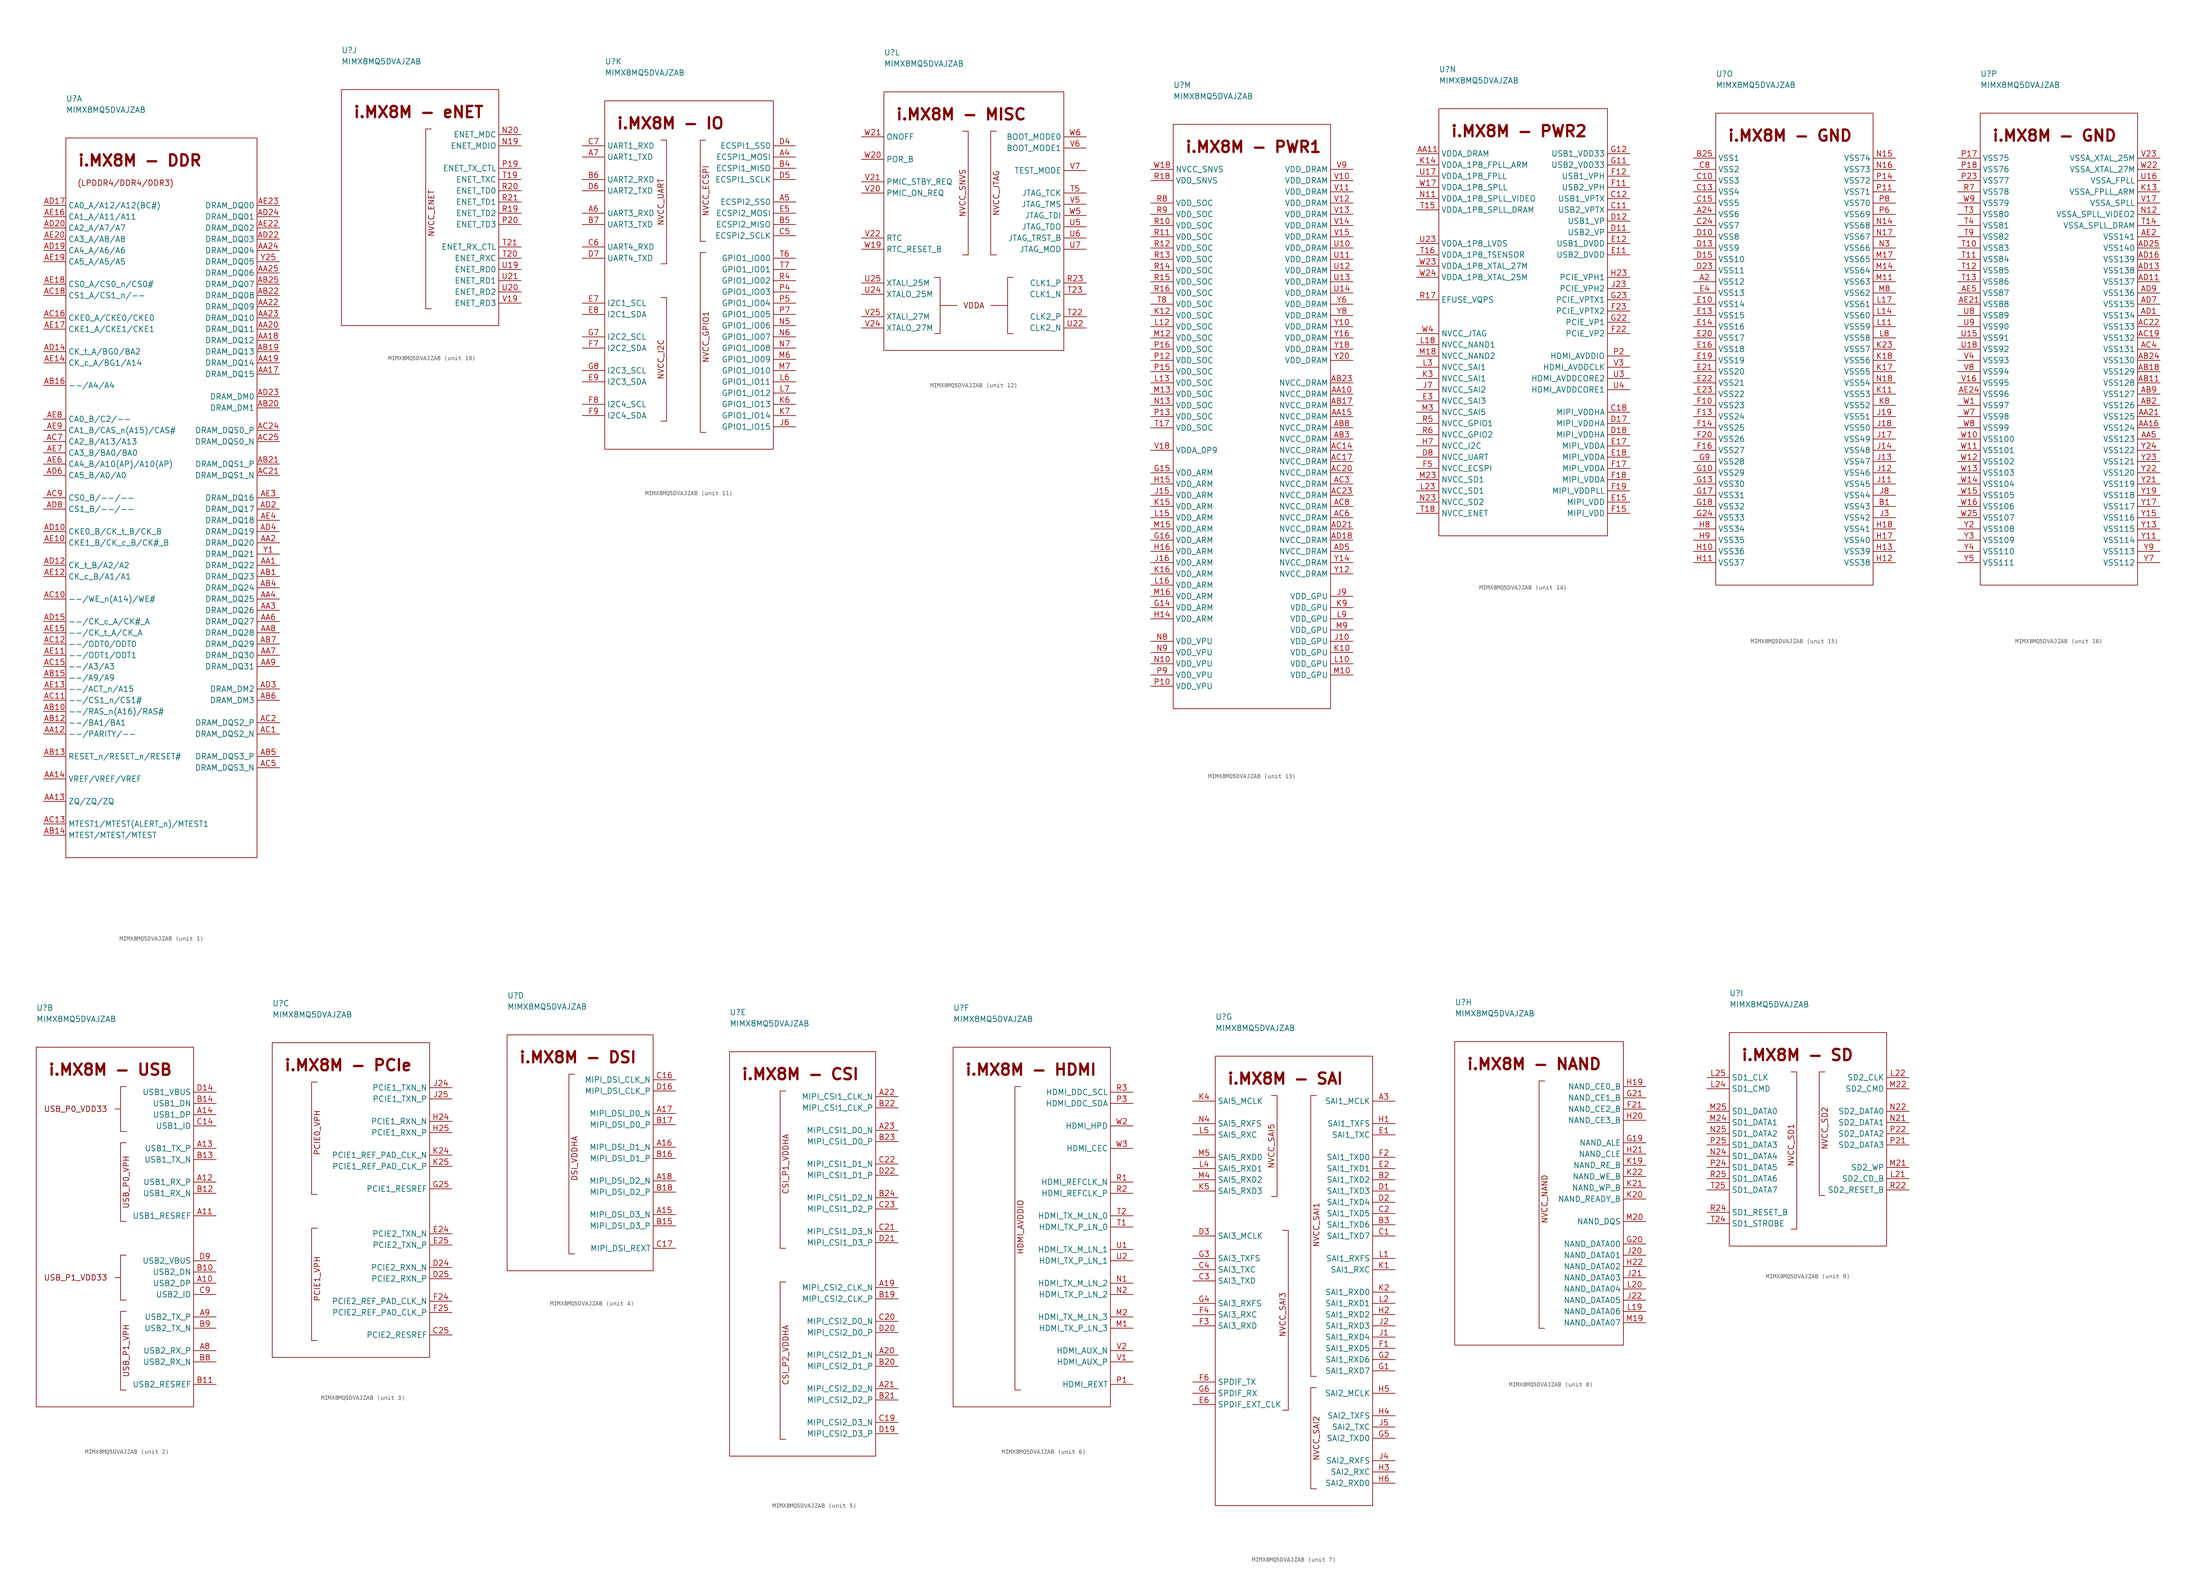
<source format=kicad_sym>
(kicad_symbol_lib
  (version 20211014)
  (generator kicad_symbol_editor)
  (symbol "MIMX8MQ5DVAJZAB"
    (property "Reference" "U"
      (at 0 8.89 0)
      (effects (font (size 1.27 1.27)) (justify left)))
    (property "Value" "MIMX8MQ5DVAJZAB"
      (at 0 6.35 0)
      (effects (font (size 1.27 1.27)) (justify left)))
    (symbol "MIMX8MQ5DVAJZAB_1_1"
      (rectangle (start 0 0) (end 43.18 -162.56) (stroke (width 0.152) (type default) (color 0 0 0 0)) (fill (type none)))
      (text "(LPDDR4/DDR4/DDR3)" (at 2.54 -10.16 0) (effects (font (size 1.27 1.27)) (justify left)))
      (text "i.MX8M - DDR" (at 2.54 -5.08 0) (effects (font (size 2.54 2.54) bold) (justify left)))
      (pin passive line (at 48.26 -96.52 180) (length 5.08) (name "DRAM_DQ22" (effects (font (size 1.27 1.27)))) (number "AA1" (effects (font (size 1.27 1.27)))))
      (pin passive line (at -5.08 -134.62 0) (length 5.08) (name "--/PARITY/--" (effects (font (size 1.27 1.27)))) (number "AA12" (effects (font (size 1.27 1.27)))))
      (pin passive line (at -5.08 -149.86 0) (length 5.08) (name "ZQ/ZQ/ZQ" (effects (font (size 1.27 1.27)))) (number "AA13" (effects (font (size 1.27 1.27)))))
      (pin passive line (at -5.08 -144.78 0) (length 5.08) (name "VREF/VREF/VREF" (effects (font (size 1.27 1.27)))) (number "AA14" (effects (font (size 1.27 1.27)))))
      (pin passive line (at 48.26 -53.34 180) (length 5.08) (name "DRAM_DQ15" (effects (font (size 1.27 1.27)))) (number "AA17" (effects (font (size 1.27 1.27)))))
      (pin passive line (at 48.26 -45.72 180) (length 5.08) (name "DRAM_DQ12" (effects (font (size 1.27 1.27)))) (number "AA18" (effects (font (size 1.27 1.27)))))
      (pin passive line (at 48.26 -50.8 180) (length 5.08) (name "DRAM_DQ14" (effects (font (size 1.27 1.27)))) (number "AA19" (effects (font (size 1.27 1.27)))))
      (pin passive line (at 48.26 -91.44 180) (length 5.08) (name "DRAM_DQ20" (effects (font (size 1.27 1.27)))) (number "AA2" (effects (font (size 1.27 1.27)))))
      (pin passive line (at 48.26 -43.18 180) (length 5.08) (name "DRAM_DQ11" (effects (font (size 1.27 1.27)))) (number "AA20" (effects (font (size 1.27 1.27)))))
      (pin passive line (at 48.26 -38.1 180) (length 5.08) (name "DRAM_DQ09" (effects (font (size 1.27 1.27)))) (number "AA22" (effects (font (size 1.27 1.27)))))
      (pin passive line (at 48.26 -40.64 180) (length 5.08) (name "DRAM_DQ10" (effects (font (size 1.27 1.27)))) (number "AA23" (effects (font (size 1.27 1.27)))))
      (pin passive line (at 48.26 -25.4 180) (length 5.08) (name "DRAM_DQ04" (effects (font (size 1.27 1.27)))) (number "AA24" (effects (font (size 1.27 1.27)))))
      (pin passive line (at 48.26 -30.48 180) (length 5.08) (name "DRAM_DQ06" (effects (font (size 1.27 1.27)))) (number "AA25" (effects (font (size 1.27 1.27)))))
      (pin passive line (at 48.26 -106.68 180) (length 5.08) (name "DRAM_DQ26" (effects (font (size 1.27 1.27)))) (number "AA3" (effects (font (size 1.27 1.27)))))
      (pin passive line (at 48.26 -104.14 180) (length 5.08) (name "DRAM_DQ25" (effects (font (size 1.27 1.27)))) (number "AA4" (effects (font (size 1.27 1.27)))))
      (pin passive line (at 48.26 -109.22 180) (length 5.08) (name "DRAM_DQ27" (effects (font (size 1.27 1.27)))) (number "AA6" (effects (font (size 1.27 1.27)))))
      (pin passive line (at 48.26 -116.84 180) (length 5.08) (name "DRAM_DQ30" (effects (font (size 1.27 1.27)))) (number "AA7" (effects (font (size 1.27 1.27)))))
      (pin passive line (at 48.26 -111.76 180) (length 5.08) (name "DRAM_DQ28" (effects (font (size 1.27 1.27)))) (number "AA8" (effects (font (size 1.27 1.27)))))
      (pin passive line (at 48.26 -119.38 180) (length 5.08) (name "DRAM_DQ31" (effects (font (size 1.27 1.27)))) (number "AA9" (effects (font (size 1.27 1.27)))))
      (pin passive line (at 48.26 -99.06 180) (length 5.08) (name "DRAM_DQ23" (effects (font (size 1.27 1.27)))) (number "AB1" (effects (font (size 1.27 1.27)))))
      (pin passive line (at -5.08 -129.54 0) (length 5.08) (name "--/RAS_n(A16)/RAS#" (effects (font (size 1.27 1.27)))) (number "AB10" (effects (font (size 1.27 1.27)))))
      (pin passive line (at -5.08 -132.08 0) (length 5.08) (name "--/BA1/BA1" (effects (font (size 1.27 1.27)))) (number "AB12" (effects (font (size 1.27 1.27)))))
      (pin passive line (at -5.08 -139.7 0) (length 5.08) (name "RESET_n/RESET_n/RESET#" (effects (font (size 1.27 1.27)))) (number "AB13" (effects (font (size 1.27 1.27)))))
      (pin passive line (at -5.08 -157.48 0) (length 5.08) (name "MTEST/MTEST/MTEST" (effects (font (size 1.27 1.27)))) (number "AB14" (effects (font (size 1.27 1.27)))))
      (pin passive line (at -5.08 -121.92 0) (length 5.08) (name "--/A9/A9" (effects (font (size 1.27 1.27)))) (number "AB15" (effects (font (size 1.27 1.27)))))
      (pin passive line (at -5.08 -55.88 0) (length 5.08) (name "--/A4/A4" (effects (font (size 1.27 1.27)))) (number "AB16" (effects (font (size 1.27 1.27)))))
      (pin passive line (at 48.26 -48.26 180) (length 5.08) (name "DRAM_DQ13" (effects (font (size 1.27 1.27)))) (number "AB19" (effects (font (size 1.27 1.27)))))
      (pin passive line (at 48.26 -60.96 180) (length 5.08) (name "DRAM_DM1" (effects (font (size 1.27 1.27)))) (number "AB20" (effects (font (size 1.27 1.27)))))
      (pin passive line (at 48.26 -73.66 180) (length 5.08) (name "DRAM_DQS1_P" (effects (font (size 1.27 1.27)))) (number "AB21" (effects (font (size 1.27 1.27)))))
      (pin passive line (at 48.26 -35.56 180) (length 5.08) (name "DRAM_DQ08" (effects (font (size 1.27 1.27)))) (number "AB22" (effects (font (size 1.27 1.27)))))
      (pin passive line (at 48.26 -33.02 180) (length 5.08) (name "DRAM_DQ07" (effects (font (size 1.27 1.27)))) (number "AB25" (effects (font (size 1.27 1.27)))))
      (pin passive line (at 48.26 -101.6 180) (length 5.08) (name "DRAM_DQ24" (effects (font (size 1.27 1.27)))) (number "AB4" (effects (font (size 1.27 1.27)))))
      (pin passive line (at 48.26 -139.7 180) (length 5.08) (name "DRAM_DQS3_P" (effects (font (size 1.27 1.27)))) (number "AB5" (effects (font (size 1.27 1.27)))))
      (pin passive line (at 48.26 -127 180) (length 5.08) (name "DRAM_DM3" (effects (font (size 1.27 1.27)))) (number "AB6" (effects (font (size 1.27 1.27)))))
      (pin passive line (at 48.26 -114.3 180) (length 5.08) (name "DRAM_DQ29" (effects (font (size 1.27 1.27)))) (number "AB7" (effects (font (size 1.27 1.27)))))
      (pin passive line (at 48.26 -134.62 180) (length 5.08) (name "DRAM_DQS2_N" (effects (font (size 1.27 1.27)))) (number "AC1" (effects (font (size 1.27 1.27)))))
      (pin passive line (at -5.08 -104.14 0) (length 5.08) (name "--/WE_n(A14)/WE#" (effects (font (size 1.27 1.27)))) (number "AC10" (effects (font (size 1.27 1.27)))))
      (pin passive line (at -5.08 -127 0) (length 5.08) (name "--/CS1_n/CS1#" (effects (font (size 1.27 1.27)))) (number "AC11" (effects (font (size 1.27 1.27)))))
      (pin passive line (at -5.08 -114.3 0) (length 5.08) (name "--/ODT0/ODT0" (effects (font (size 1.27 1.27)))) (number "AC12" (effects (font (size 1.27 1.27)))))
      (pin passive line (at -5.08 -154.94 0) (length 5.08) (name "MTEST1/MTEST(ALERT_n)/MTEST1" (effects (font (size 1.27 1.27)))) (number "AC13" (effects (font (size 1.27 1.27)))))
      (pin passive line (at -5.08 -119.38 0) (length 5.08) (name "--/A3/A3" (effects (font (size 1.27 1.27)))) (number "AC15" (effects (font (size 1.27 1.27)))))
      (pin passive line (at -5.08 -40.64 0) (length 5.08) (name "CKE0_A/CKE0/CKE0" (effects (font (size 1.27 1.27)))) (number "AC16" (effects (font (size 1.27 1.27)))))
      (pin passive line (at -5.08 -35.56 0) (length 5.08) (name "CS1_A/CS1_n/--" (effects (font (size 1.27 1.27)))) (number "AC18" (effects (font (size 1.27 1.27)))))
      (pin passive line (at 48.26 -132.08 180) (length 5.08) (name "DRAM_DQS2_P" (effects (font (size 1.27 1.27)))) (number "AC2" (effects (font (size 1.27 1.27)))))
      (pin passive line (at 48.26 -76.2 180) (length 5.08) (name "DRAM_DQS1_N" (effects (font (size 1.27 1.27)))) (number "AC21" (effects (font (size 1.27 1.27)))))
      (pin passive line (at 48.26 -66.04 180) (length 5.08) (name "DRAM_DQS0_P" (effects (font (size 1.27 1.27)))) (number "AC24" (effects (font (size 1.27 1.27)))))
      (pin passive line (at 48.26 -68.58 180) (length 5.08) (name "DRAM_DQS0_N" (effects (font (size 1.27 1.27)))) (number "AC25" (effects (font (size 1.27 1.27)))))
      (pin passive line (at 48.26 -142.24 180) (length 5.08) (name "DRAM_DQS3_N" (effects (font (size 1.27 1.27)))) (number "AC5" (effects (font (size 1.27 1.27)))))
      (pin passive line (at -5.08 -68.58 0) (length 5.08) (name "CA2_B/A13/A13" (effects (font (size 1.27 1.27)))) (number "AC7" (effects (font (size 1.27 1.27)))))
      (pin passive line (at -5.08 -81.28 0) (length 5.08) (name "CS0_B/--/--" (effects (font (size 1.27 1.27)))) (number "AC9" (effects (font (size 1.27 1.27)))))
      (pin passive line (at -5.08 -88.9 0) (length 5.08) (name "CKE0_B/CK_t_B/CK_B" (effects (font (size 1.27 1.27)))) (number "AD10" (effects (font (size 1.27 1.27)))))
      (pin passive line (at -5.08 -96.52 0) (length 5.08) (name "CK_t_B/A2/A2" (effects (font (size 1.27 1.27)))) (number "AD12" (effects (font (size 1.27 1.27)))))
      (pin passive line (at -5.08 -48.26 0) (length 5.08) (name "CK_t_A/BG0/BA2" (effects (font (size 1.27 1.27)))) (number "AD14" (effects (font (size 1.27 1.27)))))
      (pin passive line (at -5.08 -109.22 0) (length 5.08) (name "--/CK_c_A/CK#_A" (effects (font (size 1.27 1.27)))) (number "AD15" (effects (font (size 1.27 1.27)))))
      (pin passive line (at -5.08 -15.24 0) (length 5.08) (name "CA0_A/A12/A12(BC#)" (effects (font (size 1.27 1.27)))) (number "AD17" (effects (font (size 1.27 1.27)))))
      (pin passive line (at -5.08 -25.4 0) (length 5.08) (name "CA4_A/A6/A6" (effects (font (size 1.27 1.27)))) (number "AD19" (effects (font (size 1.27 1.27)))))
      (pin passive line (at 48.26 -83.82 180) (length 5.08) (name "DRAM_DQ17" (effects (font (size 1.27 1.27)))) (number "AD2" (effects (font (size 1.27 1.27)))))
      (pin passive line (at -5.08 -20.32 0) (length 5.08) (name "CA2_A/A7/A7" (effects (font (size 1.27 1.27)))) (number "AD20" (effects (font (size 1.27 1.27)))))
      (pin passive line (at 48.26 -22.86 180) (length 5.08) (name "DRAM_DQ03" (effects (font (size 1.27 1.27)))) (number "AD22" (effects (font (size 1.27 1.27)))))
      (pin passive line (at 48.26 -58.42 180) (length 5.08) (name "DRAM_DM0" (effects (font (size 1.27 1.27)))) (number "AD23" (effects (font (size 1.27 1.27)))))
      (pin passive line (at 48.26 -17.78 180) (length 5.08) (name "DRAM_DQ01" (effects (font (size 1.27 1.27)))) (number "AD24" (effects (font (size 1.27 1.27)))))
      (pin passive line (at 48.26 -124.46 180) (length 5.08) (name "DRAM_DM2" (effects (font (size 1.27 1.27)))) (number "AD3" (effects (font (size 1.27 1.27)))))
      (pin passive line (at 48.26 -88.9 180) (length 5.08) (name "DRAM_DQ19" (effects (font (size 1.27 1.27)))) (number "AD4" (effects (font (size 1.27 1.27)))))
      (pin passive line (at -5.08 -76.2 0) (length 5.08) (name "CA5_B/A0/A0" (effects (font (size 1.27 1.27)))) (number "AD6" (effects (font (size 1.27 1.27)))))
      (pin passive line (at -5.08 -83.82 0) (length 5.08) (name "CS1_B/--/--" (effects (font (size 1.27 1.27)))) (number "AD8" (effects (font (size 1.27 1.27)))))
      (pin passive line (at -5.08 -91.44 0) (length 5.08) (name "CKE1_B/CK_c_B/CK#_B" (effects (font (size 1.27 1.27)))) (number "AE10" (effects (font (size 1.27 1.27)))))
      (pin passive line (at -5.08 -116.84 0) (length 5.08) (name "--/ODT1/ODT1" (effects (font (size 1.27 1.27)))) (number "AE11" (effects (font (size 1.27 1.27)))))
      (pin passive line (at -5.08 -99.06 0) (length 5.08) (name "CK_c_B/A1/A1" (effects (font (size 1.27 1.27)))) (number "AE12" (effects (font (size 1.27 1.27)))))
      (pin passive line (at -5.08 -124.46 0) (length 5.08) (name "--/ACT_n/A15" (effects (font (size 1.27 1.27)))) (number "AE13" (effects (font (size 1.27 1.27)))))
      (pin passive line (at -5.08 -50.8 0) (length 5.08) (name "CK_c_A/BG1/A14" (effects (font (size 1.27 1.27)))) (number "AE14" (effects (font (size 1.27 1.27)))))
      (pin passive line (at -5.08 -111.76 0) (length 5.08) (name "--/CK_t_A/CK_A" (effects (font (size 1.27 1.27)))) (number "AE15" (effects (font (size 1.27 1.27)))))
      (pin passive line (at -5.08 -17.78 0) (length 5.08) (name "CA1_A/A11/A11" (effects (font (size 1.27 1.27)))) (number "AE16" (effects (font (size 1.27 1.27)))))
      (pin passive line (at -5.08 -43.18 0) (length 5.08) (name "CKE1_A/CKE1/CKE1" (effects (font (size 1.27 1.27)))) (number "AE17" (effects (font (size 1.27 1.27)))))
      (pin passive line (at -5.08 -33.02 0) (length 5.08) (name "CS0_A/CS0_n/CS0#" (effects (font (size 1.27 1.27)))) (number "AE18" (effects (font (size 1.27 1.27)))))
      (pin passive line (at -5.08 -27.94 0) (length 5.08) (name "CA5_A/A5/A5" (effects (font (size 1.27 1.27)))) (number "AE19" (effects (font (size 1.27 1.27)))))
      (pin passive line (at -5.08 -22.86 0) (length 5.08) (name "CA3_A/A8/A8" (effects (font (size 1.27 1.27)))) (number "AE20" (effects (font (size 1.27 1.27)))))
      (pin passive line (at 48.26 -20.32 180) (length 5.08) (name "DRAM_DQ02" (effects (font (size 1.27 1.27)))) (number "AE22" (effects (font (size 1.27 1.27)))))
      (pin passive line (at 48.26 -15.24 180) (length 5.08) (name "DRAM_DQ00" (effects (font (size 1.27 1.27)))) (number "AE23" (effects (font (size 1.27 1.27)))))
      (pin passive line (at 48.26 -81.28 180) (length 5.08) (name "DRAM_DQ16" (effects (font (size 1.27 1.27)))) (number "AE3" (effects (font (size 1.27 1.27)))))
      (pin passive line (at 48.26 -86.36 180) (length 5.08) (name "DRAM_DQ18" (effects (font (size 1.27 1.27)))) (number "AE4" (effects (font (size 1.27 1.27)))))
      (pin passive line (at -5.08 -73.66 0) (length 5.08) (name "CA4_B/A10(AP)/A10(AP)" (effects (font (size 1.27 1.27)))) (number "AE6" (effects (font (size 1.27 1.27)))))
      (pin passive line (at -5.08 -71.12 0) (length 5.08) (name "CA3_B/BA0/BA0" (effects (font (size 1.27 1.27)))) (number "AE7" (effects (font (size 1.27 1.27)))))
      (pin passive line (at -5.08 -63.5 0) (length 5.08) (name "CA0_B/C2/--" (effects (font (size 1.27 1.27)))) (number "AE8" (effects (font (size 1.27 1.27)))))
      (pin passive line (at -5.08 -66.04 0) (length 5.08) (name "CA1_B/CAS_n(A15)/CAS#" (effects (font (size 1.27 1.27)))) (number "AE9" (effects (font (size 1.27 1.27)))))
      (pin passive line (at 48.26 -93.98 180) (length 5.08) (name "DRAM_DQ21" (effects (font (size 1.27 1.27)))) (number "Y1" (effects (font (size 1.27 1.27)))))
      (pin passive line (at 48.26 -27.94 180) (length 5.08) (name "DRAM_DQ05" (effects (font (size 1.27 1.27)))) (number "Y25" (effects (font (size 1.27 1.27))))))
    (symbol "MIMX8MQ5DVAJZAB_2_1"
      (polyline (pts (xy 17.78 -52.07) (xy 19.05 -52.07)) (stroke (width 0.152) (type default) (color 0 0 0 0)) (fill (type none)))
      (polyline (pts (xy 17.78 -13.97) (xy 19.05 -13.97)) (stroke (width 0.152) (type default) (color 0 0 0 0)) (fill (type none)))
      (polyline (pts (xy 20.32 -77.47) (xy 19.05 -77.47) (xy 19.05 -59.69) (xy 20.32 -59.69)) (stroke (width 0.152) (type default) (color 0 0 0 0)) (fill (type none)))
      (polyline (pts (xy 20.32 -46.99) (xy 19.05 -46.99) (xy 19.05 -57.15) (xy 20.32 -57.15)) (stroke (width 0.152) (type default) (color 0 0 0 0)) (fill (type none)))
      (polyline (pts (xy 20.32 -39.37) (xy 19.05 -39.37) (xy 19.05 -21.59) (xy 20.32 -21.59)) (stroke (width 0.152) (type default) (color 0 0 0 0)) (fill (type none)))
      (polyline (pts (xy 20.32 -8.89) (xy 19.05 -8.89) (xy 19.05 -19.05) (xy 20.32 -19.05)) (stroke (width 0.152) (type default) (color 0 0 0 0)) (fill (type none)))
      (rectangle (start 0 0) (end 35.56 -81.28) (stroke (width 0.152) (type default) (color 0 0 0 0)) (fill (type none)))
      (text "i.MX8M - USB" (at 2.54 -5.08 0) (effects (font (size 2.54 2.54) bold) (justify left)))
      (text "USB_P0_VDD33" (at 8.89 -13.97 0) (effects (font (size 1.27 1.27))))
      (text "USB_P0_VPH" (at 20.32 -30.48 900) (effects (font (size 1.27 1.27))))
      (text "USB_P1_VDD33" (at 8.89 -52.07 0) (effects (font (size 1.27 1.27))))
      (text "USB_P1_VPH" (at 20.32 -68.58 900) (effects (font (size 1.27 1.27))))
      (pin passive line (at 40.64 -53.34 180) (length 5.08) (name "USB2_DP" (effects (font (size 1.27 1.27)))) (number "A10" (effects (font (size 1.27 1.27)))))
      (pin passive line (at 40.64 -38.1 180) (length 5.08) (name "USB1_RESREF" (effects (font (size 1.27 1.27)))) (number "A11" (effects (font (size 1.27 1.27)))))
      (pin passive line (at 40.64 -30.48 180) (length 5.08) (name "USB1_RX_P" (effects (font (size 1.27 1.27)))) (number "A12" (effects (font (size 1.27 1.27)))))
      (pin passive line (at 40.64 -22.86 180) (length 5.08) (name "USB1_TX_P" (effects (font (size 1.27 1.27)))) (number "A13" (effects (font (size 1.27 1.27)))))
      (pin passive line (at 40.64 -15.24 180) (length 5.08) (name "USB1_DP" (effects (font (size 1.27 1.27)))) (number "A14" (effects (font (size 1.27 1.27)))))
      (pin passive line (at 40.64 -68.58 180) (length 5.08) (name "USB2_RX_P" (effects (font (size 1.27 1.27)))) (number "A8" (effects (font (size 1.27 1.27)))))
      (pin passive line (at 40.64 -60.96 180) (length 5.08) (name "USB2_TX_P" (effects (font (size 1.27 1.27)))) (number "A9" (effects (font (size 1.27 1.27)))))
      (pin passive line (at 40.64 -50.8 180) (length 5.08) (name "USB2_DN" (effects (font (size 1.27 1.27)))) (number "B10" (effects (font (size 1.27 1.27)))))
      (pin passive line (at 40.64 -76.2 180) (length 5.08) (name "USB2_RESREF" (effects (font (size 1.27 1.27)))) (number "B11" (effects (font (size 1.27 1.27)))))
      (pin passive line (at 40.64 -33.02 180) (length 5.08) (name "USB1_RX_N" (effects (font (size 1.27 1.27)))) (number "B12" (effects (font (size 1.27 1.27)))))
      (pin passive line (at 40.64 -25.4 180) (length 5.08) (name "USB1_TX_N" (effects (font (size 1.27 1.27)))) (number "B13" (effects (font (size 1.27 1.27)))))
      (pin passive line (at 40.64 -12.7 180) (length 5.08) (name "USB1_DN" (effects (font (size 1.27 1.27)))) (number "B14" (effects (font (size 1.27 1.27)))))
      (pin passive line (at 40.64 -71.12 180) (length 5.08) (name "USB2_RX_N" (effects (font (size 1.27 1.27)))) (number "B8" (effects (font (size 1.27 1.27)))))
      (pin passive line (at 40.64 -63.5 180) (length 5.08) (name "USB2_TX_N" (effects (font (size 1.27 1.27)))) (number "B9" (effects (font (size 1.27 1.27)))))
      (pin passive line (at 40.64 -17.78 180) (length 5.08) (name "USB1_ID" (effects (font (size 1.27 1.27)))) (number "C14" (effects (font (size 1.27 1.27)))))
      (pin passive line (at 40.64 -55.88 180) (length 5.08) (name "USB2_ID" (effects (font (size 1.27 1.27)))) (number "C9" (effects (font (size 1.27 1.27)))))
      (pin passive line (at 40.64 -10.16 180) (length 5.08) (name "USB1_VBUS" (effects (font (size 1.27 1.27)))) (number "D14" (effects (font (size 1.27 1.27)))))
      (pin passive line (at 40.64 -48.26 180) (length 5.08) (name "USB2_VBUS" (effects (font (size 1.27 1.27)))) (number "D9" (effects (font (size 1.27 1.27))))))
    (symbol "MIMX8MQ5DVAJZAB_3_1"
      (polyline (pts (xy 10.16 -41.91) (xy 8.89 -41.91) (xy 8.89 -67.31) (xy 10.16 -67.31)) (stroke (width 0.152) (type default) (color 0 0 0 0)) (fill (type none)))
      (polyline (pts (xy 10.16 -34.29) (xy 8.89 -34.29) (xy 8.89 -8.89) (xy 10.16 -8.89)) (stroke (width 0.152) (type default) (color 0 0 0 0)) (fill (type none)))
      (rectangle (start 0 0) (end 35.56 -71.12) (stroke (width 0.152) (type default) (color 0 0 0 0)) (fill (type none)))
      (text "i.MX8M - PCIe" (at 2.54 -5.08 0) (effects (font (size 2.54 2.54) bold) (justify left)))
      (text "PCIE0_VPH" (at 10.16 -20.32 900) (effects (font (size 1.27 1.27))))
      (text "PCIE1_VPH" (at 10.16 -53.34 900) (effects (font (size 1.27 1.27))))
      (pin passive line (at 40.64 -66.04 180) (length 5.08) (name "PCIE2_RESREF" (effects (font (size 1.27 1.27)))) (number "C25" (effects (font (size 1.27 1.27)))))
      (pin passive line (at 40.64 -50.8 180) (length 5.08) (name "PCIE2_RXN_N" (effects (font (size 1.27 1.27)))) (number "D24" (effects (font (size 1.27 1.27)))))
      (pin passive line (at 40.64 -53.34 180) (length 5.08) (name "PCIE2_RXN_P" (effects (font (size 1.27 1.27)))) (number "D25" (effects (font (size 1.27 1.27)))))
      (pin passive line (at 40.64 -43.18 180) (length 5.08) (name "PCIE2_TXN_N" (effects (font (size 1.27 1.27)))) (number "E24" (effects (font (size 1.27 1.27)))))
      (pin passive line (at 40.64 -45.72 180) (length 5.08) (name "PCIE2_TXN_P" (effects (font (size 1.27 1.27)))) (number "E25" (effects (font (size 1.27 1.27)))))
      (pin passive line (at 40.64 -58.42 180) (length 5.08) (name "PCIE2_REF_PAD_CLK_N" (effects (font (size 1.27 1.27)))) (number "F24" (effects (font (size 1.27 1.27)))))
      (pin passive line (at 40.64 -60.96 180) (length 5.08) (name "PCIE2_REF_PAD_CLK_P" (effects (font (size 1.27 1.27)))) (number "F25" (effects (font (size 1.27 1.27)))))
      (pin passive line (at 40.64 -33.02 180) (length 5.08) (name "PCIE1_RESREF" (effects (font (size 1.27 1.27)))) (number "G25" (effects (font (size 1.27 1.27)))))
      (pin passive line (at 40.64 -17.78 180) (length 5.08) (name "PCIE1_RXN_N" (effects (font (size 1.27 1.27)))) (number "H24" (effects (font (size 1.27 1.27)))))
      (pin passive line (at 40.64 -20.32 180) (length 5.08) (name "PCIE1_RXN_P" (effects (font (size 1.27 1.27)))) (number "H25" (effects (font (size 1.27 1.27)))))
      (pin passive line (at 40.64 -10.16 180) (length 5.08) (name "PCIE1_TXN_N" (effects (font (size 1.27 1.27)))) (number "J24" (effects (font (size 1.27 1.27)))))
      (pin passive line (at 40.64 -12.7 180) (length 5.08) (name "PCIE1_TXN_P" (effects (font (size 1.27 1.27)))) (number "J25" (effects (font (size 1.27 1.27)))))
      (pin passive line (at 40.64 -25.4 180) (length 5.08) (name "PCIE1_REF_PAD_CLK_N" (effects (font (size 1.27 1.27)))) (number "K24" (effects (font (size 1.27 1.27)))))
      (pin passive line (at 40.64 -27.94 180) (length 5.08) (name "PCIE1_REF_PAD_CLK_P" (effects (font (size 1.27 1.27)))) (number "K25" (effects (font (size 1.27 1.27))))))
    (symbol "MIMX8MQ5DVAJZAB_4_1"
      (polyline (pts (xy 15.24 -49.53) (xy 13.97 -49.53) (xy 13.97 -8.89) (xy 15.24 -8.89)) (stroke (width 0.152) (type default) (color 0 0 0 0)) (fill (type none)))
      (rectangle (start 0 0) (end 33.02 -53.34) (stroke (width 0.152) (type default) (color 0 0 0 0)) (fill (type none)))
      (text "DSI_VDDHA" (at 15.24 -27.94 900) (effects (font (size 1.27 1.27))))
      (text "i.MX8M - DSI" (at 2.54 -5.08 0) (effects (font (size 2.54 2.54) bold) (justify left)))
      (pin passive line (at 38.1 -40.64 180) (length 5.08) (name "MIPI_DSI_D3_N" (effects (font (size 1.27 1.27)))) (number "A15" (effects (font (size 1.27 1.27)))))
      (pin passive line (at 38.1 -25.4 180) (length 5.08) (name "MIPI_DSI_D1_N" (effects (font (size 1.27 1.27)))) (number "A16" (effects (font (size 1.27 1.27)))))
      (pin passive line (at 38.1 -17.78 180) (length 5.08) (name "MIPI_DSI_D0_N" (effects (font (size 1.27 1.27)))) (number "A17" (effects (font (size 1.27 1.27)))))
      (pin passive line (at 38.1 -33.02 180) (length 5.08) (name "MIPI_DSI_D2_N" (effects (font (size 1.27 1.27)))) (number "A18" (effects (font (size 1.27 1.27)))))
      (pin passive line (at 38.1 -43.18 180) (length 5.08) (name "MIPI_DSI_D3_P" (effects (font (size 1.27 1.27)))) (number "B15" (effects (font (size 1.27 1.27)))))
      (pin passive line (at 38.1 -27.94 180) (length 5.08) (name "MIPI_DSI_D1_P" (effects (font (size 1.27 1.27)))) (number "B16" (effects (font (size 1.27 1.27)))))
      (pin passive line (at 38.1 -20.32 180) (length 5.08) (name "MIPI_DSI_D0_P" (effects (font (size 1.27 1.27)))) (number "B17" (effects (font (size 1.27 1.27)))))
      (pin passive line (at 38.1 -35.56 180) (length 5.08) (name "MIPI_DSI_D2_P" (effects (font (size 1.27 1.27)))) (number "B18" (effects (font (size 1.27 1.27)))))
      (pin passive line (at 38.1 -10.16 180) (length 5.08) (name "MIPI_DSI_CLK_N" (effects (font (size 1.27 1.27)))) (number "C16" (effects (font (size 1.27 1.27)))))
      (pin passive line (at 38.1 -48.26 180) (length 5.08) (name "MIPI_DSI_REXT" (effects (font (size 1.27 1.27)))) (number "C17" (effects (font (size 1.27 1.27)))))
      (pin passive line (at 38.1 -12.7 180) (length 5.08) (name "MIPI_DSI_CLK_P" (effects (font (size 1.27 1.27)))) (number "D16" (effects (font (size 1.27 1.27))))))
    (symbol "MIMX8MQ5DVAJZAB_5_1"
      (polyline (pts (xy 12.7 -87.63) (xy 11.43 -87.63) (xy 11.43 -52.07) (xy 12.7 -52.07)) (stroke (width 0.152) (type default) (color 0 0 0 0)) (fill (type none)))
      (polyline (pts (xy 12.7 -44.45) (xy 11.43 -44.45) (xy 11.43 -8.89) (xy 12.7 -8.89)) (stroke (width 0.152) (type default) (color 0 0 0 0)) (fill (type none)))
      (rectangle (start 0 0) (end 33.02 -91.44) (stroke (width 0.152) (type default) (color 0 0 0 0)) (fill (type none)))
      (text "CSI_P1_VDDHA" (at 12.7 -25.4 900) (effects (font (size 1.27 1.27))))
      (text "CSI_P2_VDDHA" (at 12.7 -68.58 900) (effects (font (size 1.27 1.27))))
      (text "i.MX8M - CSI" (at 2.54 -5.08 0) (effects (font (size 2.54 2.54) bold) (justify left)))
      (pin passive line (at 38.1 -53.34 180) (length 5.08) (name "MIPI_CSI2_CLK_N" (effects (font (size 1.27 1.27)))) (number "A19" (effects (font (size 1.27 1.27)))))
      (pin passive line (at 38.1 -68.58 180) (length 5.08) (name "MIPI_CSI2_D1_N" (effects (font (size 1.27 1.27)))) (number "A20" (effects (font (size 1.27 1.27)))))
      (pin passive line (at 38.1 -76.2 180) (length 5.08) (name "MIPI_CSI2_D2_N" (effects (font (size 1.27 1.27)))) (number "A21" (effects (font (size 1.27 1.27)))))
      (pin passive line (at 38.1 -10.16 180) (length 5.08) (name "MIPI_CSI1_CLK_N" (effects (font (size 1.27 1.27)))) (number "A22" (effects (font (size 1.27 1.27)))))
      (pin passive line (at 38.1 -17.78 180) (length 5.08) (name "MIPI_CSI1_D0_N" (effects (font (size 1.27 1.27)))) (number "A23" (effects (font (size 1.27 1.27)))))
      (pin passive line (at 38.1 -55.88 180) (length 5.08) (name "MIPI_CSI2_CLK_P" (effects (font (size 1.27 1.27)))) (number "B19" (effects (font (size 1.27 1.27)))))
      (pin passive line (at 38.1 -71.12 180) (length 5.08) (name "MIPI_CSI2_D1_P" (effects (font (size 1.27 1.27)))) (number "B20" (effects (font (size 1.27 1.27)))))
      (pin passive line (at 38.1 -78.74 180) (length 5.08) (name "MIPI_CSI2_D2_P" (effects (font (size 1.27 1.27)))) (number "B21" (effects (font (size 1.27 1.27)))))
      (pin passive line (at 38.1 -12.7 180) (length 5.08) (name "MIPI_CSI1_CLK_P" (effects (font (size 1.27 1.27)))) (number "B22" (effects (font (size 1.27 1.27)))))
      (pin passive line (at 38.1 -20.32 180) (length 5.08) (name "MIPI_CSI1_D0_P" (effects (font (size 1.27 1.27)))) (number "B23" (effects (font (size 1.27 1.27)))))
      (pin passive line (at 38.1 -33.02 180) (length 5.08) (name "MIPI_CSI1_D2_N" (effects (font (size 1.27 1.27)))) (number "B24" (effects (font (size 1.27 1.27)))))
      (pin passive line (at 38.1 -83.82 180) (length 5.08) (name "MIPI_CSI2_D3_N" (effects (font (size 1.27 1.27)))) (number "C19" (effects (font (size 1.27 1.27)))))
      (pin passive line (at 38.1 -60.96 180) (length 5.08) (name "MIPI_CSI2_D0_N" (effects (font (size 1.27 1.27)))) (number "C20" (effects (font (size 1.27 1.27)))))
      (pin passive line (at 38.1 -40.64 180) (length 5.08) (name "MIPI_CSI1_D3_N" (effects (font (size 1.27 1.27)))) (number "C21" (effects (font (size 1.27 1.27)))))
      (pin passive line (at 38.1 -25.4 180) (length 5.08) (name "MIPI_CSI1_D1_N" (effects (font (size 1.27 1.27)))) (number "C22" (effects (font (size 1.27 1.27)))))
      (pin passive line (at 38.1 -35.56 180) (length 5.08) (name "MIPI_CSI1_D2_P" (effects (font (size 1.27 1.27)))) (number "C23" (effects (font (size 1.27 1.27)))))
      (pin passive line (at 38.1 -86.36 180) (length 5.08) (name "MIPI_CSI2_D3_P" (effects (font (size 1.27 1.27)))) (number "D19" (effects (font (size 1.27 1.27)))))
      (pin passive line (at 38.1 -63.5 180) (length 5.08) (name "MIPI_CSI2_D0_P" (effects (font (size 1.27 1.27)))) (number "D20" (effects (font (size 1.27 1.27)))))
      (pin passive line (at 38.1 -43.18 180) (length 5.08) (name "MIPI_CSI1_D3_P" (effects (font (size 1.27 1.27)))) (number "D21" (effects (font (size 1.27 1.27)))))
      (pin passive line (at 38.1 -27.94 180) (length 5.08) (name "MIPI_CSI1_D1_P" (effects (font (size 1.27 1.27)))) (number "D22" (effects (font (size 1.27 1.27))))))
    (symbol "MIMX8MQ5DVAJZAB_6_1"
      (polyline (pts (xy 15.24 -77.47) (xy 13.97 -77.47) (xy 13.97 -8.89) (xy 15.24 -8.89)) (stroke (width 0.152) (type default) (color 0 0 0 0)) (fill (type none)))
      (rectangle (start 0 0) (end 35.56 -81.28) (stroke (width 0.152) (type default) (color 0 0 0 0)) (fill (type none)))
      (text "HDMI_AVDDIO" (at 15.24 -40.64 900) (effects (font (size 1.27 1.27))))
      (text "i.MX8M - HDMI" (at 2.54 -5.08 0) (effects (font (size 2.54 2.54) bold) (justify left)))
      (pin passive line (at 40.64 -63.5 180) (length 5.08) (name "HDMI_TX_P_LN_3" (effects (font (size 1.27 1.27)))) (number "M1" (effects (font (size 1.27 1.27)))))
      (pin passive line (at 40.64 -60.96 180) (length 5.08) (name "HDMI_TX_M_LN_3" (effects (font (size 1.27 1.27)))) (number "M2" (effects (font (size 1.27 1.27)))))
      (pin passive line (at 40.64 -53.34 180) (length 5.08) (name "HDMI_TX_M_LN_2" (effects (font (size 1.27 1.27)))) (number "N1" (effects (font (size 1.27 1.27)))))
      (pin passive line (at 40.64 -55.88 180) (length 5.08) (name "HDMI_TX_P_LN_2" (effects (font (size 1.27 1.27)))) (number "N2" (effects (font (size 1.27 1.27)))))
      (pin passive line (at 40.64 -76.2 180) (length 5.08) (name "HDMI_REXT" (effects (font (size 1.27 1.27)))) (number "P1" (effects (font (size 1.27 1.27)))))
      (pin passive line (at 40.64 -12.7 180) (length 5.08) (name "HDMI_DDC_SDA" (effects (font (size 1.27 1.27)))) (number "P3" (effects (font (size 1.27 1.27)))))
      (pin passive line (at 40.64 -30.48 180) (length 5.08) (name "HDMI_REFCLK_N" (effects (font (size 1.27 1.27)))) (number "R1" (effects (font (size 1.27 1.27)))))
      (pin passive line (at 40.64 -33.02 180) (length 5.08) (name "HDMI_REFCLK_P" (effects (font (size 1.27 1.27)))) (number "R2" (effects (font (size 1.27 1.27)))))
      (pin passive line (at 40.64 -10.16 180) (length 5.08) (name "HDMI_DDC_SCL" (effects (font (size 1.27 1.27)))) (number "R3" (effects (font (size 1.27 1.27)))))
      (pin passive line (at 40.64 -40.64 180) (length 5.08) (name "HDMI_TX_P_LN_0" (effects (font (size 1.27 1.27)))) (number "T1" (effects (font (size 1.27 1.27)))))
      (pin passive line (at 40.64 -38.1 180) (length 5.08) (name "HDMI_TX_M_LN_0" (effects (font (size 1.27 1.27)))) (number "T2" (effects (font (size 1.27 1.27)))))
      (pin passive line (at 40.64 -45.72 180) (length 5.08) (name "HDMI_TX_M_LN_1" (effects (font (size 1.27 1.27)))) (number "U1" (effects (font (size 1.27 1.27)))))
      (pin passive line (at 40.64 -48.26 180) (length 5.08) (name "HDMI_TX_P_LN_1" (effects (font (size 1.27 1.27)))) (number "U2" (effects (font (size 1.27 1.27)))))
      (pin passive line (at 40.64 -71.12 180) (length 5.08) (name "HDMI_AUX_P" (effects (font (size 1.27 1.27)))) (number "V1" (effects (font (size 1.27 1.27)))))
      (pin passive line (at 40.64 -68.58 180) (length 5.08) (name "HDMI_AUX_N" (effects (font (size 1.27 1.27)))) (number "V2" (effects (font (size 1.27 1.27)))))
      (pin passive line (at 40.64 -17.78 180) (length 5.08) (name "HDMI_HPD" (effects (font (size 1.27 1.27)))) (number "W2" (effects (font (size 1.27 1.27)))))
      (pin passive line (at 40.64 -22.86 180) (length 5.08) (name "HDMI_CEC" (effects (font (size 1.27 1.27)))) (number "W3" (effects (font (size 1.27 1.27))))))
    (symbol "MIMX8MQ5DVAJZAB_7_1"
      (polyline (pts (xy 12.7 -8.89) (xy 13.97 -8.89) (xy 13.97 -31.75) (xy 12.7 -31.75)) (stroke (width 0.152) (type default) (color 0 0 0 0)) (fill (type none)))
      (polyline (pts (xy 15.24 -39.37) (xy 16.51 -39.37) (xy 16.51 -80.01) (xy 15.24 -80.01)) (stroke (width 0.152) (type default) (color 0 0 0 0)) (fill (type none)))
      (polyline (pts (xy 22.86 -97.79) (xy 21.59 -97.79) (xy 21.59 -74.93) (xy 22.86 -74.93)) (stroke (width 0.152) (type default) (color 0 0 0 0)) (fill (type none)))
      (polyline (pts (xy 22.86 -72.39) (xy 21.59 -72.39) (xy 21.59 -8.89) (xy 22.86 -8.89)) (stroke (width 0.152) (type default) (color 0 0 0 0)) (fill (type none)))
      (rectangle (start 0 0) (end 35.56 -101.6) (stroke (width 0.152) (type default) (color 0 0 0 0)) (fill (type none)))
      (text "i.MX8M - SAI" (at 2.54 -5.08 0) (effects (font (size 2.54 2.54) bold) (justify left)))
      (text "NVCC_SAI1" (at 22.86 -38.1 900) (effects (font (size 1.27 1.27))))
      (text "NVCC_SAI2" (at 22.86 -86.36 900) (effects (font (size 1.27 1.27))))
      (text "NVCC_SAI3" (at 15.24 -58.42 900) (effects (font (size 1.27 1.27))))
      (text "NVCC_SAI5" (at 12.7 -20.32 900) (effects (font (size 1.27 1.27))))
      (pin passive line (at 40.64 -10.16 180) (length 5.08) (name "SAI1_MCLK" (effects (font (size 1.27 1.27)))) (number "A3" (effects (font (size 1.27 1.27)))))
      (pin passive line (at 40.64 -27.94 180) (length 5.08) (name "SAI1_TXD2" (effects (font (size 1.27 1.27)))) (number "B2" (effects (font (size 1.27 1.27)))))
      (pin passive line (at 40.64 -38.1 180) (length 5.08) (name "SAI1_TXD6" (effects (font (size 1.27 1.27)))) (number "B3" (effects (font (size 1.27 1.27)))))
      (pin passive line (at 40.64 -40.64 180) (length 5.08) (name "SAI1_TXD7" (effects (font (size 1.27 1.27)))) (number "C1" (effects (font (size 1.27 1.27)))))
      (pin passive line (at 40.64 -35.56 180) (length 5.08) (name "SAI1_TXD5" (effects (font (size 1.27 1.27)))) (number "C2" (effects (font (size 1.27 1.27)))))
      (pin passive line (at -5.08 -50.8 0) (length 5.08) (name "SAI3_TXD" (effects (font (size 1.27 1.27)))) (number "C3" (effects (font (size 1.27 1.27)))))
      (pin passive line (at -5.08 -48.26 0) (length 5.08) (name "SAI3_TXC" (effects (font (size 1.27 1.27)))) (number "C4" (effects (font (size 1.27 1.27)))))
      (pin passive line (at 40.64 -30.48 180) (length 5.08) (name "SAI1_TXD3" (effects (font (size 1.27 1.27)))) (number "D1" (effects (font (size 1.27 1.27)))))
      (pin passive line (at 40.64 -33.02 180) (length 5.08) (name "SAI1_TXD4" (effects (font (size 1.27 1.27)))) (number "D2" (effects (font (size 1.27 1.27)))))
      (pin passive line (at -5.08 -40.64 0) (length 5.08) (name "SAI3_MCLK" (effects (font (size 1.27 1.27)))) (number "D3" (effects (font (size 1.27 1.27)))))
      (pin passive line (at 40.64 -17.78 180) (length 5.08) (name "SAI1_TXC" (effects (font (size 1.27 1.27)))) (number "E1" (effects (font (size 1.27 1.27)))))
      (pin passive line (at 40.64 -25.4 180) (length 5.08) (name "SAI1_TXD1" (effects (font (size 1.27 1.27)))) (number "E2" (effects (font (size 1.27 1.27)))))
      (pin passive line (at -5.08 -78.74 0) (length 5.08) (name "SPDIF_EXT_CLK" (effects (font (size 1.27 1.27)))) (number "E6" (effects (font (size 1.27 1.27)))))
      (pin passive line (at 40.64 -66.04 180) (length 5.08) (name "SAI1_RXD5" (effects (font (size 1.27 1.27)))) (number "F1" (effects (font (size 1.27 1.27)))))
      (pin passive line (at 40.64 -22.86 180) (length 5.08) (name "SAI1_TXD0" (effects (font (size 1.27 1.27)))) (number "F2" (effects (font (size 1.27 1.27)))))
      (pin passive line (at -5.08 -60.96 0) (length 5.08) (name "SAI3_RXD" (effects (font (size 1.27 1.27)))) (number "F3" (effects (font (size 1.27 1.27)))))
      (pin passive line (at -5.08 -58.42 0) (length 5.08) (name "SAI3_RXC" (effects (font (size 1.27 1.27)))) (number "F4" (effects (font (size 1.27 1.27)))))
      (pin passive line (at -5.08 -73.66 0) (length 5.08) (name "SPDIF_TX" (effects (font (size 1.27 1.27)))) (number "F6" (effects (font (size 1.27 1.27)))))
      (pin passive line (at 40.64 -71.12 180) (length 5.08) (name "SAI1_RXD7" (effects (font (size 1.27 1.27)))) (number "G1" (effects (font (size 1.27 1.27)))))
      (pin passive line (at 40.64 -68.58 180) (length 5.08) (name "SAI1_RXD6" (effects (font (size 1.27 1.27)))) (number "G2" (effects (font (size 1.27 1.27)))))
      (pin passive line (at -5.08 -45.72 0) (length 5.08) (name "SAI3_TXFS" (effects (font (size 1.27 1.27)))) (number "G3" (effects (font (size 1.27 1.27)))))
      (pin passive line (at -5.08 -55.88 0) (length 5.08) (name "SAI3_RXFS" (effects (font (size 1.27 1.27)))) (number "G4" (effects (font (size 1.27 1.27)))))
      (pin passive line (at 40.64 -86.36 180) (length 5.08) (name "SAI2_TXD0" (effects (font (size 1.27 1.27)))) (number "G5" (effects (font (size 1.27 1.27)))))
      (pin passive line (at -5.08 -76.2 0) (length 5.08) (name "SPDIF_RX" (effects (font (size 1.27 1.27)))) (number "G6" (effects (font (size 1.27 1.27)))))
      (pin passive line (at 40.64 -15.24 180) (length 5.08) (name "SAI1_TXFS" (effects (font (size 1.27 1.27)))) (number "H1" (effects (font (size 1.27 1.27)))))
      (pin passive line (at 40.64 -58.42 180) (length 5.08) (name "SAI1_RXD2" (effects (font (size 1.27 1.27)))) (number "H2" (effects (font (size 1.27 1.27)))))
      (pin passive line (at 40.64 -93.98 180) (length 5.08) (name "SAI2_RXC" (effects (font (size 1.27 1.27)))) (number "H3" (effects (font (size 1.27 1.27)))))
      (pin passive line (at 40.64 -81.28 180) (length 5.08) (name "SAI2_TXFS" (effects (font (size 1.27 1.27)))) (number "H4" (effects (font (size 1.27 1.27)))))
      (pin passive line (at 40.64 -76.2 180) (length 5.08) (name "SAI2_MCLK" (effects (font (size 1.27 1.27)))) (number "H5" (effects (font (size 1.27 1.27)))))
      (pin passive line (at 40.64 -96.52 180) (length 5.08) (name "SAI2_RXD0" (effects (font (size 1.27 1.27)))) (number "H6" (effects (font (size 1.27 1.27)))))
      (pin passive line (at 40.64 -63.5 180) (length 5.08) (name "SAI1_RXD4" (effects (font (size 1.27 1.27)))) (number "J1" (effects (font (size 1.27 1.27)))))
      (pin passive line (at 40.64 -60.96 180) (length 5.08) (name "SAI1_RXD3" (effects (font (size 1.27 1.27)))) (number "J2" (effects (font (size 1.27 1.27)))))
      (pin passive line (at 40.64 -91.44 180) (length 5.08) (name "SAI2_RXFS" (effects (font (size 1.27 1.27)))) (number "J4" (effects (font (size 1.27 1.27)))))
      (pin passive line (at 40.64 -83.82 180) (length 5.08) (name "SAI2_TXC" (effects (font (size 1.27 1.27)))) (number "J5" (effects (font (size 1.27 1.27)))))
      (pin passive line (at 40.64 -48.26 180) (length 5.08) (name "SAI1_RXC" (effects (font (size 1.27 1.27)))) (number "K1" (effects (font (size 1.27 1.27)))))
      (pin passive line (at 40.64 -53.34 180) (length 5.08) (name "SAI1_RXD0" (effects (font (size 1.27 1.27)))) (number "K2" (effects (font (size 1.27 1.27)))))
      (pin passive line (at -5.08 -10.16 0) (length 5.08) (name "SAI5_MCLK" (effects (font (size 1.27 1.27)))) (number "K4" (effects (font (size 1.27 1.27)))))
      (pin passive line (at -5.08 -30.48 0) (length 5.08) (name "SAI5_RXD3" (effects (font (size 1.27 1.27)))) (number "K5" (effects (font (size 1.27 1.27)))))
      (pin passive line (at 40.64 -45.72 180) (length 5.08) (name "SAI1_RXFS" (effects (font (size 1.27 1.27)))) (number "L1" (effects (font (size 1.27 1.27)))))
      (pin passive line (at 40.64 -55.88 180) (length 5.08) (name "SAI1_RXD1" (effects (font (size 1.27 1.27)))) (number "L2" (effects (font (size 1.27 1.27)))))
      (pin passive line (at -5.08 -25.4 0) (length 5.08) (name "SAI5_RXD1" (effects (font (size 1.27 1.27)))) (number "L4" (effects (font (size 1.27 1.27)))))
      (pin passive line (at -5.08 -17.78 0) (length 5.08) (name "SAI5_RXC" (effects (font (size 1.27 1.27)))) (number "L5" (effects (font (size 1.27 1.27)))))
      (pin passive line (at -5.08 -27.94 0) (length 5.08) (name "SAI5_RXD2" (effects (font (size 1.27 1.27)))) (number "M4" (effects (font (size 1.27 1.27)))))
      (pin passive line (at -5.08 -22.86 0) (length 5.08) (name "SAI5_RXD0" (effects (font (size 1.27 1.27)))) (number "M5" (effects (font (size 1.27 1.27)))))
      (pin passive line (at -5.08 -15.24 0) (length 5.08) (name "SAI5_RXFS" (effects (font (size 1.27 1.27)))) (number "N4" (effects (font (size 1.27 1.27))))))
    (symbol "MIMX8MQ5DVAJZAB_8_1"
      (polyline (pts (xy 20.32 -64.77) (xy 19.05 -64.77) (xy 19.05 -8.89) (xy 20.32 -8.89)) (stroke (width 0.152) (type default) (color 0 0 0 0)) (fill (type none)))
      (rectangle (start 0 0) (end 38.1 -68.58) (stroke (width 0.152) (type default) (color 0 0 0 0)) (fill (type none)))
      (text "i.MX8M - NAND" (at 2.54 -5.08 0) (effects (font (size 2.54 2.54) bold) (justify left)))
      (text "NVCC_NAND" (at 20.32 -35.56 900) (effects (font (size 1.27 1.27))))
      (pin passive line (at 43.18 -15.24 180) (length 5.08) (name "NAND_CE2_B" (effects (font (size 1.27 1.27)))) (number "F21" (effects (font (size 1.27 1.27)))))
      (pin passive line (at 43.18 -22.86 180) (length 5.08) (name "NAND_ALE" (effects (font (size 1.27 1.27)))) (number "G19" (effects (font (size 1.27 1.27)))))
      (pin passive line (at 43.18 -45.72 180) (length 5.08) (name "NAND_DATA00" (effects (font (size 1.27 1.27)))) (number "G20" (effects (font (size 1.27 1.27)))))
      (pin passive line (at 43.18 -12.7 180) (length 5.08) (name "NAND_CE1_B" (effects (font (size 1.27 1.27)))) (number "G21" (effects (font (size 1.27 1.27)))))
      (pin passive line (at 43.18 -10.16 180) (length 5.08) (name "NAND_CE0_B" (effects (font (size 1.27 1.27)))) (number "H19" (effects (font (size 1.27 1.27)))))
      (pin passive line (at 43.18 -17.78 180) (length 5.08) (name "NAND_CE3_B" (effects (font (size 1.27 1.27)))) (number "H20" (effects (font (size 1.27 1.27)))))
      (pin passive line (at 43.18 -25.4 180) (length 5.08) (name "NAND_CLE" (effects (font (size 1.27 1.27)))) (number "H21" (effects (font (size 1.27 1.27)))))
      (pin passive line (at 43.18 -50.8 180) (length 5.08) (name "NAND_DATA02" (effects (font (size 1.27 1.27)))) (number "H22" (effects (font (size 1.27 1.27)))))
      (pin passive line (at 43.18 -48.26 180) (length 5.08) (name "NAND_DATA01" (effects (font (size 1.27 1.27)))) (number "J20" (effects (font (size 1.27 1.27)))))
      (pin passive line (at 43.18 -53.34 180) (length 5.08) (name "NAND_DATA03" (effects (font (size 1.27 1.27)))) (number "J21" (effects (font (size 1.27 1.27)))))
      (pin passive line (at 43.18 -58.42 180) (length 5.08) (name "NAND_DATA05" (effects (font (size 1.27 1.27)))) (number "J22" (effects (font (size 1.27 1.27)))))
      (pin passive line (at 43.18 -27.94 180) (length 5.08) (name "NAND_RE_B" (effects (font (size 1.27 1.27)))) (number "K19" (effects (font (size 1.27 1.27)))))
      (pin passive line (at 43.18 -35.56 180) (length 5.08) (name "NAND_READY_B" (effects (font (size 1.27 1.27)))) (number "K20" (effects (font (size 1.27 1.27)))))
      (pin passive line (at 43.18 -33.02 180) (length 5.08) (name "NAND_WP_B" (effects (font (size 1.27 1.27)))) (number "K21" (effects (font (size 1.27 1.27)))))
      (pin passive line (at 43.18 -30.48 180) (length 5.08) (name "NAND_WE_B" (effects (font (size 1.27 1.27)))) (number "K22" (effects (font (size 1.27 1.27)))))
      (pin passive line (at 43.18 -60.96 180) (length 5.08) (name "NAND_DATA06" (effects (font (size 1.27 1.27)))) (number "L19" (effects (font (size 1.27 1.27)))))
      (pin passive line (at 43.18 -55.88 180) (length 5.08) (name "NAND_DATA04" (effects (font (size 1.27 1.27)))) (number "L20" (effects (font (size 1.27 1.27)))))
      (pin passive line (at 43.18 -63.5 180) (length 5.08) (name "NAND_DATA07" (effects (font (size 1.27 1.27)))) (number "M19" (effects (font (size 1.27 1.27)))))
      (pin passive line (at 43.18 -40.64 180) (length 5.08) (name "NAND_DQS" (effects (font (size 1.27 1.27)))) (number "M20" (effects (font (size 1.27 1.27))))))
    (symbol "MIMX8MQ5DVAJZAB_9_1"
      (polyline (pts (xy 13.97 -44.45) (xy 15.24 -44.45) (xy 15.24 -8.89) (xy 13.97 -8.89)) (stroke (width 0.152) (type default) (color 0 0 0 0)) (fill (type none)))
      (polyline (pts (xy 21.59 -36.83) (xy 20.32 -36.83) (xy 20.32 -8.89) (xy 21.59 -8.89)) (stroke (width 0.152) (type default) (color 0 0 0 0)) (fill (type none)))
      (rectangle (start 0 0) (end 35.56 -48.26) (stroke (width 0.152) (type default) (color 0 0 0 0)) (fill (type none)))
      (text "i.MX8M - SD" (at 2.54 -5.08 0) (effects (font (size 2.54 2.54) bold) (justify left)))
      (text "NVCC_SD1" (at 13.97 -25.4 900) (effects (font (size 1.27 1.27))))
      (text "NVCC_SD2" (at 21.59 -21.59 900) (effects (font (size 1.27 1.27))))
      (pin passive line (at 40.64 -33.02 180) (length 5.08) (name "SD2_CD_B" (effects (font (size 1.27 1.27)))) (number "L21" (effects (font (size 1.27 1.27)))))
      (pin passive line (at 40.64 -10.16 180) (length 5.08) (name "SD2_CLK" (effects (font (size 1.27 1.27)))) (number "L22" (effects (font (size 1.27 1.27)))))
      (pin passive line (at -5.08 -12.7 0) (length 5.08) (name "SD1_CMD" (effects (font (size 1.27 1.27)))) (number "L24" (effects (font (size 1.27 1.27)))))
      (pin passive line (at -5.08 -10.16 0) (length 5.08) (name "SD1_CLK" (effects (font (size 1.27 1.27)))) (number "L25" (effects (font (size 1.27 1.27)))))
      (pin passive line (at 40.64 -30.48 180) (length 5.08) (name "SD2_WP" (effects (font (size 1.27 1.27)))) (number "M21" (effects (font (size 1.27 1.27)))))
      (pin passive line (at 40.64 -12.7 180) (length 5.08) (name "SD2_CMD" (effects (font (size 1.27 1.27)))) (number "M22" (effects (font (size 1.27 1.27)))))
      (pin passive line (at -5.08 -20.32 0) (length 5.08) (name "SD1_DATA1" (effects (font (size 1.27 1.27)))) (number "M24" (effects (font (size 1.27 1.27)))))
      (pin passive line (at -5.08 -17.78 0) (length 5.08) (name "SD1_DATA0" (effects (font (size 1.27 1.27)))) (number "M25" (effects (font (size 1.27 1.27)))))
      (pin passive line (at 40.64 -20.32 180) (length 5.08) (name "SD2_DATA1" (effects (font (size 1.27 1.27)))) (number "N21" (effects (font (size 1.27 1.27)))))
      (pin passive line (at 40.64 -17.78 180) (length 5.08) (name "SD2_DATA0" (effects (font (size 1.27 1.27)))) (number "N22" (effects (font (size 1.27 1.27)))))
      (pin passive line (at -5.08 -27.94 0) (length 5.08) (name "SD1_DATA4" (effects (font (size 1.27 1.27)))) (number "N24" (effects (font (size 1.27 1.27)))))
      (pin passive line (at -5.08 -22.86 0) (length 5.08) (name "SD1_DATA2" (effects (font (size 1.27 1.27)))) (number "N25" (effects (font (size 1.27 1.27)))))
      (pin passive line (at 40.64 -25.4 180) (length 5.08) (name "SD2_DATA3" (effects (font (size 1.27 1.27)))) (number "P21" (effects (font (size 1.27 1.27)))))
      (pin passive line (at 40.64 -22.86 180) (length 5.08) (name "SD2_DATA2" (effects (font (size 1.27 1.27)))) (number "P22" (effects (font (size 1.27 1.27)))))
      (pin passive line (at -5.08 -30.48 0) (length 5.08) (name "SD1_DATA5" (effects (font (size 1.27 1.27)))) (number "P24" (effects (font (size 1.27 1.27)))))
      (pin passive line (at -5.08 -25.4 0) (length 5.08) (name "SD1_DATA3" (effects (font (size 1.27 1.27)))) (number "P25" (effects (font (size 1.27 1.27)))))
      (pin passive line (at 40.64 -35.56 180) (length 5.08) (name "SD2_RESET_B" (effects (font (size 1.27 1.27)))) (number "R22" (effects (font (size 1.27 1.27)))))
      (pin passive line (at -5.08 -40.64 0) (length 5.08) (name "SD1_RESET_B" (effects (font (size 1.27 1.27)))) (number "R24" (effects (font (size 1.27 1.27)))))
      (pin passive line (at -5.08 -33.02 0) (length 5.08) (name "SD1_DATA6" (effects (font (size 1.27 1.27)))) (number "R25" (effects (font (size 1.27 1.27)))))
      (pin passive line (at -5.08 -43.18 0) (length 5.08) (name "SD1_STROBE" (effects (font (size 1.27 1.27)))) (number "T24" (effects (font (size 1.27 1.27)))))
      (pin passive line (at -5.08 -35.56 0) (length 5.08) (name "SD1_DATA7" (effects (font (size 1.27 1.27)))) (number "T25" (effects (font (size 1.27 1.27))))))
    (symbol "MIMX8MQ5DVAJZAB_10_1"
      (polyline (pts (xy 20.32 -49.53) (xy 19.05 -49.53) (xy 19.05 -8.89) (xy 20.32 -8.89)) (stroke (width 0.152) (type default) (color 0 0 0 0)) (fill (type none)))
      (rectangle (start 0 0) (end 35.56 -53.34) (stroke (width 0.152) (type default) (color 0 0 0 0)) (fill (type none)))
      (text "i.MX8M - eNET" (at 2.54 -5.08 0) (effects (font (size 2.54 2.54) bold) (justify left)))
      (text "NVCC_ENET" (at 20.32 -27.94 900) (effects (font (size 1.27 1.27))))
      (pin passive line (at 40.64 -12.7 180) (length 5.08) (name "ENET_MDIO" (effects (font (size 1.27 1.27)))) (number "N19" (effects (font (size 1.27 1.27)))))
      (pin passive line (at 40.64 -10.16 180) (length 5.08) (name "ENET_MDC" (effects (font (size 1.27 1.27)))) (number "N20" (effects (font (size 1.27 1.27)))))
      (pin passive line (at 40.64 -17.78 180) (length 5.08) (name "ENET_TX_CTL" (effects (font (size 1.27 1.27)))) (number "P19" (effects (font (size 1.27 1.27)))))
      (pin passive line (at 40.64 -30.48 180) (length 5.08) (name "ENET_TD3" (effects (font (size 1.27 1.27)))) (number "P20" (effects (font (size 1.27 1.27)))))
      (pin passive line (at 40.64 -27.94 180) (length 5.08) (name "ENET_TD2" (effects (font (size 1.27 1.27)))) (number "R19" (effects (font (size 1.27 1.27)))))
      (pin passive line (at 40.64 -22.86 180) (length 5.08) (name "ENET_TD0" (effects (font (size 1.27 1.27)))) (number "R20" (effects (font (size 1.27 1.27)))))
      (pin passive line (at 40.64 -25.4 180) (length 5.08) (name "ENET_TD1" (effects (font (size 1.27 1.27)))) (number "R21" (effects (font (size 1.27 1.27)))))
      (pin passive line (at 40.64 -20.32 180) (length 5.08) (name "ENET_TXC" (effects (font (size 1.27 1.27)))) (number "T19" (effects (font (size 1.27 1.27)))))
      (pin passive line (at 40.64 -38.1 180) (length 5.08) (name "ENET_RXC" (effects (font (size 1.27 1.27)))) (number "T20" (effects (font (size 1.27 1.27)))))
      (pin passive line (at 40.64 -35.56 180) (length 5.08) (name "ENET_RX_CTL" (effects (font (size 1.27 1.27)))) (number "T21" (effects (font (size 1.27 1.27)))))
      (pin passive line (at 40.64 -40.64 180) (length 5.08) (name "ENET_RD0" (effects (font (size 1.27 1.27)))) (number "U19" (effects (font (size 1.27 1.27)))))
      (pin passive line (at 40.64 -45.72 180) (length 5.08) (name "ENET_RD2" (effects (font (size 1.27 1.27)))) (number "U20" (effects (font (size 1.27 1.27)))))
      (pin passive line (at 40.64 -43.18 180) (length 5.08) (name "ENET_RD1" (effects (font (size 1.27 1.27)))) (number "U21" (effects (font (size 1.27 1.27)))))
      (pin passive line (at 40.64 -48.26 180) (length 5.08) (name "ENET_RD3" (effects (font (size 1.27 1.27)))) (number "V19" (effects (font (size 1.27 1.27))))))
    (symbol "MIMX8MQ5DVAJZAB_11_1"
      (polyline (pts (xy 12.7 -44.45) (xy 13.97 -44.45) (xy 13.97 -72.39) (xy 12.7 -72.39)) (stroke (width 0.152) (type default) (color 0 0 0 0)) (fill (type none)))
      (polyline (pts (xy 12.7 -36.83) (xy 13.97 -36.83) (xy 13.97 -8.89) (xy 12.7 -8.89)) (stroke (width 0.152) (type default) (color 0 0 0 0)) (fill (type none)))
      (polyline (pts (xy 22.86 -74.93) (xy 21.59 -74.93) (xy 21.59 -34.29) (xy 22.86 -34.29)) (stroke (width 0.152) (type default) (color 0 0 0 0)) (fill (type none)))
      (polyline (pts (xy 22.86 -31.75) (xy 21.59 -31.75) (xy 21.59 -8.89) (xy 22.86 -8.89)) (stroke (width 0.152) (type default) (color 0 0 0 0)) (fill (type none)))
      (rectangle (start 0 0) (end 38.1 -78.74) (stroke (width 0.152) (type default) (color 0 0 0 0)) (fill (type none)))
      (text "i.MX8M - IO" (at 2.54 -5.08 0) (effects (font (size 2.54 2.54) bold) (justify left)))
      (text "NVCC_ECSPI" (at 22.86 -20.32 900) (effects (font (size 1.27 1.27))))
      (text "NVCC_GPIO1" (at 22.86 -53.34 900) (effects (font (size 1.27 1.27))))
      (text "NVCC_I2C" (at 12.7 -58.42 900) (effects (font (size 1.27 1.27))))
      (text "NVCC_UART" (at 12.7 -22.86 900) (effects (font (size 1.27 1.27))))
      (pin passive line (at 43.18 -12.7 180) (length 5.08) (name "ECSPI1_MOSI" (effects (font (size 1.27 1.27)))) (number "A4" (effects (font (size 1.27 1.27)))))
      (pin passive line (at 43.18 -22.86 180) (length 5.08) (name "ECSPI2_SS0" (effects (font (size 1.27 1.27)))) (number "A5" (effects (font (size 1.27 1.27)))))
      (pin passive line (at -5.08 -25.4 0) (length 5.08) (name "UART3_RXD" (effects (font (size 1.27 1.27)))) (number "A6" (effects (font (size 1.27 1.27)))))
      (pin passive line (at -5.08 -12.7 0) (length 5.08) (name "UART1_TXD" (effects (font (size 1.27 1.27)))) (number "A7" (effects (font (size 1.27 1.27)))))
      (pin passive line (at 43.18 -15.24 180) (length 5.08) (name "ECSPI1_MISO" (effects (font (size 1.27 1.27)))) (number "B4" (effects (font (size 1.27 1.27)))))
      (pin passive line (at 43.18 -27.94 180) (length 5.08) (name "ECSPI2_MISO" (effects (font (size 1.27 1.27)))) (number "B5" (effects (font (size 1.27 1.27)))))
      (pin passive line (at -5.08 -17.78 0) (length 5.08) (name "UART2_RXD" (effects (font (size 1.27 1.27)))) (number "B6" (effects (font (size 1.27 1.27)))))
      (pin passive line (at -5.08 -27.94 0) (length 5.08) (name "UART3_TXD" (effects (font (size 1.27 1.27)))) (number "B7" (effects (font (size 1.27 1.27)))))
      (pin passive line (at 43.18 -30.48 180) (length 5.08) (name "ECSPI2_SCLK" (effects (font (size 1.27 1.27)))) (number "C5" (effects (font (size 1.27 1.27)))))
      (pin passive line (at -5.08 -33.02 0) (length 5.08) (name "UART4_RXD" (effects (font (size 1.27 1.27)))) (number "C6" (effects (font (size 1.27 1.27)))))
      (pin passive line (at -5.08 -10.16 0) (length 5.08) (name "UART1_RXD" (effects (font (size 1.27 1.27)))) (number "C7" (effects (font (size 1.27 1.27)))))
      (pin passive line (at 43.18 -10.16 180) (length 5.08) (name "ECSPI1_SS0" (effects (font (size 1.27 1.27)))) (number "D4" (effects (font (size 1.27 1.27)))))
      (pin passive line (at 43.18 -17.78 180) (length 5.08) (name "ECSPI1_SCLK" (effects (font (size 1.27 1.27)))) (number "D5" (effects (font (size 1.27 1.27)))))
      (pin passive line (at -5.08 -20.32 0) (length 5.08) (name "UART2_TXD" (effects (font (size 1.27 1.27)))) (number "D6" (effects (font (size 1.27 1.27)))))
      (pin passive line (at -5.08 -35.56 0) (length 5.08) (name "UART4_TXD" (effects (font (size 1.27 1.27)))) (number "D7" (effects (font (size 1.27 1.27)))))
      (pin passive line (at 43.18 -25.4 180) (length 5.08) (name "ECSPI2_MOSI" (effects (font (size 1.27 1.27)))) (number "E5" (effects (font (size 1.27 1.27)))))
      (pin passive line (at -5.08 -45.72 0) (length 5.08) (name "I2C1_SCL" (effects (font (size 1.27 1.27)))) (number "E7" (effects (font (size 1.27 1.27)))))
      (pin passive line (at -5.08 -48.26 0) (length 5.08) (name "I2C1_SDA" (effects (font (size 1.27 1.27)))) (number "E8" (effects (font (size 1.27 1.27)))))
      (pin passive line (at -5.08 -63.5 0) (length 5.08) (name "I2C3_SDA" (effects (font (size 1.27 1.27)))) (number "E9" (effects (font (size 1.27 1.27)))))
      (pin passive line (at -5.08 -55.88 0) (length 5.08) (name "I2C2_SDA" (effects (font (size 1.27 1.27)))) (number "F7" (effects (font (size 1.27 1.27)))))
      (pin passive line (at -5.08 -68.58 0) (length 5.08) (name "I2C4_SCL" (effects (font (size 1.27 1.27)))) (number "F8" (effects (font (size 1.27 1.27)))))
      (pin passive line (at -5.08 -71.12 0) (length 5.08) (name "I2C4_SDA" (effects (font (size 1.27 1.27)))) (number "F9" (effects (font (size 1.27 1.27)))))
      (pin passive line (at -5.08 -53.34 0) (length 5.08) (name "I2C2_SCL" (effects (font (size 1.27 1.27)))) (number "G7" (effects (font (size 1.27 1.27)))))
      (pin passive line (at -5.08 -60.96 0) (length 5.08) (name "I2C3_SCL" (effects (font (size 1.27 1.27)))) (number "G8" (effects (font (size 1.27 1.27)))))
      (pin passive line (at 43.18 -73.66 180) (length 5.08) (name "GPIO1_IO15" (effects (font (size 1.27 1.27)))) (number "J6" (effects (font (size 1.27 1.27)))))
      (pin passive line (at 43.18 -68.58 180) (length 5.08) (name "GPIO1_IO13" (effects (font (size 1.27 1.27)))) (number "K6" (effects (font (size 1.27 1.27)))))
      (pin passive line (at 43.18 -71.12 180) (length 5.08) (name "GPIO1_IO14" (effects (font (size 1.27 1.27)))) (number "K7" (effects (font (size 1.27 1.27)))))
      (pin passive line (at 43.18 -63.5 180) (length 5.08) (name "GPIO1_IO11" (effects (font (size 1.27 1.27)))) (number "L6" (effects (font (size 1.27 1.27)))))
      (pin passive line (at 43.18 -66.04 180) (length 5.08) (name "GPIO1_IO12" (effects (font (size 1.27 1.27)))) (number "L7" (effects (font (size 1.27 1.27)))))
      (pin passive line (at 43.18 -58.42 180) (length 5.08) (name "GPIO1_IO09" (effects (font (size 1.27 1.27)))) (number "M6" (effects (font (size 1.27 1.27)))))
      (pin passive line (at 43.18 -60.96 180) (length 5.08) (name "GPIO1_IO10" (effects (font (size 1.27 1.27)))) (number "M7" (effects (font (size 1.27 1.27)))))
      (pin passive line (at 43.18 -50.8 180) (length 5.08) (name "GPIO1_IO06" (effects (font (size 1.27 1.27)))) (number "N5" (effects (font (size 1.27 1.27)))))
      (pin passive line (at 43.18 -53.34 180) (length 5.08) (name "GPIO1_IO07" (effects (font (size 1.27 1.27)))) (number "N6" (effects (font (size 1.27 1.27)))))
      (pin passive line (at 43.18 -55.88 180) (length 5.08) (name "GPIO1_IO08" (effects (font (size 1.27 1.27)))) (number "N7" (effects (font (size 1.27 1.27)))))
      (pin passive line (at 43.18 -43.18 180) (length 5.08) (name "GPIO1_IO03" (effects (font (size 1.27 1.27)))) (number "P4" (effects (font (size 1.27 1.27)))))
      (pin passive line (at 43.18 -45.72 180) (length 5.08) (name "GPIO1_IO04" (effects (font (size 1.27 1.27)))) (number "P5" (effects (font (size 1.27 1.27)))))
      (pin passive line (at 43.18 -48.26 180) (length 5.08) (name "GPIO1_IO05" (effects (font (size 1.27 1.27)))) (number "P7" (effects (font (size 1.27 1.27)))))
      (pin passive line (at 43.18 -40.64 180) (length 5.08) (name "GPIO1_IO02" (effects (font (size 1.27 1.27)))) (number "R4" (effects (font (size 1.27 1.27)))))
      (pin passive line (at 43.18 -35.56 180) (length 5.08) (name "GPIO1_IO00" (effects (font (size 1.27 1.27)))) (number "T6" (effects (font (size 1.27 1.27)))))
      (pin passive line (at 43.18 -38.1 180) (length 5.08) (name "GPIO1_IO01" (effects (font (size 1.27 1.27)))) (number "T7" (effects (font (size 1.27 1.27))))))
    (symbol "MIMX8MQ5DVAJZAB_12_1"
      (polyline (pts (xy 16.51 -48.26) (xy 12.7 -48.26)) (stroke (width 0.152) (type default) (color 0 0 0 0)) (fill (type none)))
      (polyline (pts (xy 24.13 -48.26) (xy 27.94 -48.26)) (stroke (width 0.152) (type default) (color 0 0 0 0)) (fill (type none)))
      (polyline (pts (xy 11.43 -54.61) (xy 12.7 -54.61) (xy 12.7 -41.91) (xy 11.43 -41.91)) (stroke (width 0.152) (type default) (color 0 0 0 0)) (fill (type none)))
      (polyline (pts (xy 17.78 -36.83) (xy 19.05 -36.83) (xy 19.05 -8.89) (xy 17.78 -8.89)) (stroke (width 0.152) (type default) (color 0 0 0 0)) (fill (type none)))
      (polyline (pts (xy 25.4 -8.89) (xy 24.13 -8.89) (xy 24.13 -36.83) (xy 25.4 -36.83)) (stroke (width 0.152) (type default) (color 0 0 0 0)) (fill (type none)))
      (polyline (pts (xy 29.21 -54.61) (xy 27.94 -54.61) (xy 27.94 -41.91) (xy 29.21 -41.91)) (stroke (width 0.152) (type default) (color 0 0 0 0)) (fill (type none)))
      (rectangle (start 0 0) (end 40.64 -58.42) (stroke (width 0.152) (type default) (color 0 0 0 0)) (fill (type none)))
      (text "i.MX8M - MISC" (at 2.54 -5.08 0) (effects (font (size 2.54 2.54) bold) (justify left)))
      (text "NVCC_JTAG" (at 25.4 -22.86 900) (effects (font (size 1.27 1.27))))
      (text "NVCC_SNVS" (at 17.78 -22.86 900) (effects (font (size 1.27 1.27))))
      (text "VDDA" (at 20.32 -48.26 0) (effects (font (size 1.27 1.27))))
      (pin passive line (at 45.72 -43.18 180) (length 5.08) (name "CLK1_P" (effects (font (size 1.27 1.27)))) (number "R23" (effects (font (size 1.27 1.27)))))
      (pin passive line (at 45.72 -50.8 180) (length 5.08) (name "CLK2_P" (effects (font (size 1.27 1.27)))) (number "T22" (effects (font (size 1.27 1.27)))))
      (pin passive line (at 45.72 -45.72 180) (length 5.08) (name "CLK1_N" (effects (font (size 1.27 1.27)))) (number "T23" (effects (font (size 1.27 1.27)))))
      (pin passive line (at 45.72 -22.86 180) (length 5.08) (name "JTAG_TCK" (effects (font (size 1.27 1.27)))) (number "T5" (effects (font (size 1.27 1.27)))))
      (pin passive line (at 45.72 -53.34 180) (length 5.08) (name "CLK2_N" (effects (font (size 1.27 1.27)))) (number "U22" (effects (font (size 1.27 1.27)))))
      (pin passive line (at -5.08 -45.72 0) (length 5.08) (name "XTALO_25M" (effects (font (size 1.27 1.27)))) (number "U24" (effects (font (size 1.27 1.27)))))
      (pin passive line (at -5.08 -43.18 0) (length 5.08) (name "XTALI_25M" (effects (font (size 1.27 1.27)))) (number "U25" (effects (font (size 1.27 1.27)))))
      (pin passive line (at 45.72 -30.48 180) (length 5.08) (name "JTAG_TDO" (effects (font (size 1.27 1.27)))) (number "U5" (effects (font (size 1.27 1.27)))))
      (pin passive line (at 45.72 -33.02 180) (length 5.08) (name "JTAG_TRST_B" (effects (font (size 1.27 1.27)))) (number "U6" (effects (font (size 1.27 1.27)))))
      (pin passive line (at 45.72 -35.56 180) (length 5.08) (name "JTAG_MOD" (effects (font (size 1.27 1.27)))) (number "U7" (effects (font (size 1.27 1.27)))))
      (pin passive line (at -5.08 -22.86 0) (length 5.08) (name "PMIC_ON_REQ" (effects (font (size 1.27 1.27)))) (number "V20" (effects (font (size 1.27 1.27)))))
      (pin passive line (at -5.08 -20.32 0) (length 5.08) (name "PMIC_STBY_REQ" (effects (font (size 1.27 1.27)))) (number "V21" (effects (font (size 1.27 1.27)))))
      (pin passive line (at -5.08 -33.02 0) (length 5.08) (name "RTC" (effects (font (size 1.27 1.27)))) (number "V22" (effects (font (size 1.27 1.27)))))
      (pin passive line (at -5.08 -53.34 0) (length 5.08) (name "XTALO_27M" (effects (font (size 1.27 1.27)))) (number "V24" (effects (font (size 1.27 1.27)))))
      (pin passive line (at -5.08 -50.8 0) (length 5.08) (name "XTALI_27M" (effects (font (size 1.27 1.27)))) (number "V25" (effects (font (size 1.27 1.27)))))
      (pin passive line (at 45.72 -25.4 180) (length 5.08) (name "JTAG_TMS" (effects (font (size 1.27 1.27)))) (number "V5" (effects (font (size 1.27 1.27)))))
      (pin passive line (at 45.72 -12.7 180) (length 5.08) (name "BOOT_MODE1" (effects (font (size 1.27 1.27)))) (number "V6" (effects (font (size 1.27 1.27)))))
      (pin passive line (at 45.72 -17.78 180) (length 5.08) (name "TEST_MODE" (effects (font (size 1.27 1.27)))) (number "V7" (effects (font (size 1.27 1.27)))))
      (pin passive line (at -5.08 -35.56 0) (length 5.08) (name "RTC_RESET_B" (effects (font (size 1.27 1.27)))) (number "W19" (effects (font (size 1.27 1.27)))))
      (pin passive line (at -5.08 -15.24 0) (length 5.08) (name "POR_B" (effects (font (size 1.27 1.27)))) (number "W20" (effects (font (size 1.27 1.27)))))
      (pin passive line (at -5.08 -10.16 0) (length 5.08) (name "ONOFF" (effects (font (size 1.27 1.27)))) (number "W21" (effects (font (size 1.27 1.27)))))
      (pin passive line (at 45.72 -27.94 180) (length 5.08) (name "JTAG_TDI" (effects (font (size 1.27 1.27)))) (number "W5" (effects (font (size 1.27 1.27)))))
      (pin passive line (at 45.72 -10.16 180) (length 5.08) (name "BOOT_MODE0" (effects (font (size 1.27 1.27)))) (number "W6" (effects (font (size 1.27 1.27))))))
    (symbol "MIMX8MQ5DVAJZAB_13_1"
      (rectangle (start 0 0) (end 35.56 -132.08) (stroke (width 0.152) (type default) (color 0 0 0 0)) (fill (type none)))
      (text "i.MX8M - PWR1" (at 2.54 -5.08 0) (effects (font (size 2.54 2.54) bold) (justify left)))
      (pin passive line (at 40.64 -60.96 180) (length 5.08) (name "NVCC_DRAM" (effects (font (size 1.27 1.27)))) (number "AA10" (effects (font (size 1.27 1.27)))))
      (pin passive line (at 40.64 -66.04 180) (length 5.08) (name "NVCC_DRAM" (effects (font (size 1.27 1.27)))) (number "AA15" (effects (font (size 1.27 1.27)))))
      (pin passive line (at 40.64 -63.5 180) (length 5.08) (name "NVCC_DRAM" (effects (font (size 1.27 1.27)))) (number "AB17" (effects (font (size 1.27 1.27)))))
      (pin passive line (at 40.64 -58.42 180) (length 5.08) (name "NVCC_DRAM" (effects (font (size 1.27 1.27)))) (number "AB23" (effects (font (size 1.27 1.27)))))
      (pin passive line (at 40.64 -71.12 180) (length 5.08) (name "NVCC_DRAM" (effects (font (size 1.27 1.27)))) (number "AB3" (effects (font (size 1.27 1.27)))))
      (pin passive line (at 40.64 -68.58 180) (length 5.08) (name "NVCC_DRAM" (effects (font (size 1.27 1.27)))) (number "AB8" (effects (font (size 1.27 1.27)))))
      (pin passive line (at 40.64 -73.66 180) (length 5.08) (name "NVCC_DRAM" (effects (font (size 1.27 1.27)))) (number "AC14" (effects (font (size 1.27 1.27)))))
      (pin passive line (at 40.64 -76.2 180) (length 5.08) (name "NVCC_DRAM" (effects (font (size 1.27 1.27)))) (number "AC17" (effects (font (size 1.27 1.27)))))
      (pin passive line (at 40.64 -78.74 180) (length 5.08) (name "NVCC_DRAM" (effects (font (size 1.27 1.27)))) (number "AC20" (effects (font (size 1.27 1.27)))))
      (pin passive line (at 40.64 -83.82 180) (length 5.08) (name "NVCC_DRAM" (effects (font (size 1.27 1.27)))) (number "AC23" (effects (font (size 1.27 1.27)))))
      (pin passive line (at 40.64 -81.28 180) (length 5.08) (name "NVCC_DRAM" (effects (font (size 1.27 1.27)))) (number "AC3" (effects (font (size 1.27 1.27)))))
      (pin passive line (at 40.64 -88.9 180) (length 5.08) (name "NVCC_DRAM" (effects (font (size 1.27 1.27)))) (number "AC6" (effects (font (size 1.27 1.27)))))
      (pin passive line (at 40.64 -86.36 180) (length 5.08) (name "NVCC_DRAM" (effects (font (size 1.27 1.27)))) (number "AC8" (effects (font (size 1.27 1.27)))))
      (pin passive line (at 40.64 -93.98 180) (length 5.08) (name "NVCC_DRAM" (effects (font (size 1.27 1.27)))) (number "AD18" (effects (font (size 1.27 1.27)))))
      (pin passive line (at 40.64 -91.44 180) (length 5.08) (name "NVCC_DRAM" (effects (font (size 1.27 1.27)))) (number "AD21" (effects (font (size 1.27 1.27)))))
      (pin passive line (at 40.64 -96.52 180) (length 5.08) (name "NVCC_DRAM" (effects (font (size 1.27 1.27)))) (number "AD5" (effects (font (size 1.27 1.27)))))
      (pin passive line (at -5.08 -109.22 0) (length 5.08) (name "VDD_ARM" (effects (font (size 1.27 1.27)))) (number "G14" (effects (font (size 1.27 1.27)))))
      (pin passive line (at -5.08 -78.74 0) (length 5.08) (name "VDD_ARM" (effects (font (size 1.27 1.27)))) (number "G15" (effects (font (size 1.27 1.27)))))
      (pin passive line (at -5.08 -93.98 0) (length 5.08) (name "VDD_ARM" (effects (font (size 1.27 1.27)))) (number "G16" (effects (font (size 1.27 1.27)))))
      (pin passive line (at -5.08 -111.76 0) (length 5.08) (name "VDD_ARM" (effects (font (size 1.27 1.27)))) (number "H14" (effects (font (size 1.27 1.27)))))
      (pin passive line (at -5.08 -81.28 0) (length 5.08) (name "VDD_ARM" (effects (font (size 1.27 1.27)))) (number "H15" (effects (font (size 1.27 1.27)))))
      (pin passive line (at -5.08 -96.52 0) (length 5.08) (name "VDD_ARM" (effects (font (size 1.27 1.27)))) (number "H16" (effects (font (size 1.27 1.27)))))
      (pin passive line (at 40.64 -116.84 180) (length 5.08) (name "VDD_GPU" (effects (font (size 1.27 1.27)))) (number "J10" (effects (font (size 1.27 1.27)))))
      (pin passive line (at -5.08 -83.82 0) (length 5.08) (name "VDD_ARM" (effects (font (size 1.27 1.27)))) (number "J15" (effects (font (size 1.27 1.27)))))
      (pin passive line (at -5.08 -99.06 0) (length 5.08) (name "VDD_ARM" (effects (font (size 1.27 1.27)))) (number "J16" (effects (font (size 1.27 1.27)))))
      (pin passive line (at 40.64 -106.68 180) (length 5.08) (name "VDD_GPU" (effects (font (size 1.27 1.27)))) (number "J9" (effects (font (size 1.27 1.27)))))
      (pin passive line (at 40.64 -119.38 180) (length 5.08) (name "VDD_GPU" (effects (font (size 1.27 1.27)))) (number "K10" (effects (font (size 1.27 1.27)))))
      (pin passive line (at -5.08 -43.18 0) (length 5.08) (name "VDD_SOC" (effects (font (size 1.27 1.27)))) (number "K12" (effects (font (size 1.27 1.27)))))
      (pin passive line (at -5.08 -86.36 0) (length 5.08) (name "VDD_ARM" (effects (font (size 1.27 1.27)))) (number "K15" (effects (font (size 1.27 1.27)))))
      (pin passive line (at -5.08 -101.6 0) (length 5.08) (name "VDD_ARM" (effects (font (size 1.27 1.27)))) (number "K16" (effects (font (size 1.27 1.27)))))
      (pin passive line (at 40.64 -109.22 180) (length 5.08) (name "VDD_GPU" (effects (font (size 1.27 1.27)))) (number "K9" (effects (font (size 1.27 1.27)))))
      (pin passive line (at 40.64 -121.92 180) (length 5.08) (name "VDD_GPU" (effects (font (size 1.27 1.27)))) (number "L10" (effects (font (size 1.27 1.27)))))
      (pin passive line (at -5.08 -45.72 0) (length 5.08) (name "VDD_SOC" (effects (font (size 1.27 1.27)))) (number "L12" (effects (font (size 1.27 1.27)))))
      (pin passive line (at -5.08 -58.42 0) (length 5.08) (name "VDD_SOC" (effects (font (size 1.27 1.27)))) (number "L13" (effects (font (size 1.27 1.27)))))
      (pin passive line (at -5.08 -88.9 0) (length 5.08) (name "VDD_ARM" (effects (font (size 1.27 1.27)))) (number "L15" (effects (font (size 1.27 1.27)))))
      (pin passive line (at -5.08 -104.14 0) (length 5.08) (name "VDD_ARM" (effects (font (size 1.27 1.27)))) (number "L16" (effects (font (size 1.27 1.27)))))
      (pin passive line (at 40.64 -111.76 180) (length 5.08) (name "VDD_GPU" (effects (font (size 1.27 1.27)))) (number "L9" (effects (font (size 1.27 1.27)))))
      (pin passive line (at 40.64 -124.46 180) (length 5.08) (name "VDD_GPU" (effects (font (size 1.27 1.27)))) (number "M10" (effects (font (size 1.27 1.27)))))
      (pin passive line (at -5.08 -48.26 0) (length 5.08) (name "VDD_SOC" (effects (font (size 1.27 1.27)))) (number "M12" (effects (font (size 1.27 1.27)))))
      (pin passive line (at -5.08 -60.96 0) (length 5.08) (name "VDD_SOC" (effects (font (size 1.27 1.27)))) (number "M13" (effects (font (size 1.27 1.27)))))
      (pin passive line (at -5.08 -91.44 0) (length 5.08) (name "VDD_ARM" (effects (font (size 1.27 1.27)))) (number "M15" (effects (font (size 1.27 1.27)))))
      (pin passive line (at -5.08 -106.68 0) (length 5.08) (name "VDD_ARM" (effects (font (size 1.27 1.27)))) (number "M16" (effects (font (size 1.27 1.27)))))
      (pin passive line (at 40.64 -114.3 180) (length 5.08) (name "VDD_GPU" (effects (font (size 1.27 1.27)))) (number "M9" (effects (font (size 1.27 1.27)))))
      (pin passive line (at -5.08 -121.92 0) (length 5.08) (name "VDD_VPU" (effects (font (size 1.27 1.27)))) (number "N10" (effects (font (size 1.27 1.27)))))
      (pin passive line (at -5.08 -63.5 0) (length 5.08) (name "VDD_SOC" (effects (font (size 1.27 1.27)))) (number "N13" (effects (font (size 1.27 1.27)))))
      (pin passive line (at -5.08 -116.84 0) (length 5.08) (name "VDD_VPU" (effects (font (size 1.27 1.27)))) (number "N8" (effects (font (size 1.27 1.27)))))
      (pin passive line (at -5.08 -119.38 0) (length 5.08) (name "VDD_VPU" (effects (font (size 1.27 1.27)))) (number "N9" (effects (font (size 1.27 1.27)))))
      (pin passive line (at -5.08 -127 0) (length 5.08) (name "VDD_VPU" (effects (font (size 1.27 1.27)))) (number "P10" (effects (font (size 1.27 1.27)))))
      (pin passive line (at -5.08 -53.34 0) (length 5.08) (name "VDD_SOC" (effects (font (size 1.27 1.27)))) (number "P12" (effects (font (size 1.27 1.27)))))
      (pin passive line (at -5.08 -66.04 0) (length 5.08) (name "VDD_SOC" (effects (font (size 1.27 1.27)))) (number "P13" (effects (font (size 1.27 1.27)))))
      (pin passive line (at -5.08 -55.88 0) (length 5.08) (name "VDD_SOC" (effects (font (size 1.27 1.27)))) (number "P15" (effects (font (size 1.27 1.27)))))
      (pin passive line (at -5.08 -50.8 0) (length 5.08) (name "VDD_SOC" (effects (font (size 1.27 1.27)))) (number "P16" (effects (font (size 1.27 1.27)))))
      (pin passive line (at -5.08 -124.46 0) (length 5.08) (name "VDD_VPU" (effects (font (size 1.27 1.27)))) (number "P9" (effects (font (size 1.27 1.27)))))
      (pin passive line (at -5.08 -22.86 0) (length 5.08) (name "VDD_SOC" (effects (font (size 1.27 1.27)))) (number "R10" (effects (font (size 1.27 1.27)))))
      (pin passive line (at -5.08 -25.4 0) (length 5.08) (name "VDD_SOC" (effects (font (size 1.27 1.27)))) (number "R11" (effects (font (size 1.27 1.27)))))
      (pin passive line (at -5.08 -27.94 0) (length 5.08) (name "VDD_SOC" (effects (font (size 1.27 1.27)))) (number "R12" (effects (font (size 1.27 1.27)))))
      (pin passive line (at -5.08 -30.48 0) (length 5.08) (name "VDD_SOC" (effects (font (size 1.27 1.27)))) (number "R13" (effects (font (size 1.27 1.27)))))
      (pin passive line (at -5.08 -33.02 0) (length 5.08) (name "VDD_SOC" (effects (font (size 1.27 1.27)))) (number "R14" (effects (font (size 1.27 1.27)))))
      (pin passive line (at -5.08 -35.56 0) (length 5.08) (name "VDD_SOC" (effects (font (size 1.27 1.27)))) (number "R15" (effects (font (size 1.27 1.27)))))
      (pin passive line (at -5.08 -38.1 0) (length 5.08) (name "VDD_SOC" (effects (font (size 1.27 1.27)))) (number "R16" (effects (font (size 1.27 1.27)))))
      (pin passive line (at -5.08 -12.7 0) (length 5.08) (name "VDD_SNVS" (effects (font (size 1.27 1.27)))) (number "R18" (effects (font (size 1.27 1.27)))))
      (pin passive line (at -5.08 -17.78 0) (length 5.08) (name "VDD_SOC" (effects (font (size 1.27 1.27)))) (number "R8" (effects (font (size 1.27 1.27)))))
      (pin passive line (at -5.08 -20.32 0) (length 5.08) (name "VDD_SOC" (effects (font (size 1.27 1.27)))) (number "R9" (effects (font (size 1.27 1.27)))))
      (pin passive line (at -5.08 -68.58 0) (length 5.08) (name "VDD_SOC" (effects (font (size 1.27 1.27)))) (number "T17" (effects (font (size 1.27 1.27)))))
      (pin passive line (at -5.08 -40.64 0) (length 5.08) (name "VDD_SOC" (effects (font (size 1.27 1.27)))) (number "T8" (effects (font (size 1.27 1.27)))))
      (pin passive line (at 40.64 -27.94 180) (length 5.08) (name "VDD_DRAM" (effects (font (size 1.27 1.27)))) (number "U10" (effects (font (size 1.27 1.27)))))
      (pin passive line (at 40.64 -30.48 180) (length 5.08) (name "VDD_DRAM" (effects (font (size 1.27 1.27)))) (number "U11" (effects (font (size 1.27 1.27)))))
      (pin passive line (at 40.64 -33.02 180) (length 5.08) (name "VDD_DRAM" (effects (font (size 1.27 1.27)))) (number "U12" (effects (font (size 1.27 1.27)))))
      (pin passive line (at 40.64 -35.56 180) (length 5.08) (name "VDD_DRAM" (effects (font (size 1.27 1.27)))) (number "U13" (effects (font (size 1.27 1.27)))))
      (pin passive line (at 40.64 -38.1 180) (length 5.08) (name "VDD_DRAM" (effects (font (size 1.27 1.27)))) (number "U14" (effects (font (size 1.27 1.27)))))
      (pin passive line (at 40.64 -12.7 180) (length 5.08) (name "VDD_DRAM" (effects (font (size 1.27 1.27)))) (number "V10" (effects (font (size 1.27 1.27)))))
      (pin passive line (at 40.64 -15.24 180) (length 5.08) (name "VDD_DRAM" (effects (font (size 1.27 1.27)))) (number "V11" (effects (font (size 1.27 1.27)))))
      (pin passive line (at 40.64 -17.78 180) (length 5.08) (name "VDD_DRAM" (effects (font (size 1.27 1.27)))) (number "V12" (effects (font (size 1.27 1.27)))))
      (pin passive line (at 40.64 -20.32 180) (length 5.08) (name "VDD_DRAM" (effects (font (size 1.27 1.27)))) (number "V13" (effects (font (size 1.27 1.27)))))
      (pin passive line (at 40.64 -22.86 180) (length 5.08) (name "VDD_DRAM" (effects (font (size 1.27 1.27)))) (number "V14" (effects (font (size 1.27 1.27)))))
      (pin passive line (at 40.64 -25.4 180) (length 5.08) (name "VDD_DRAM" (effects (font (size 1.27 1.27)))) (number "V15" (effects (font (size 1.27 1.27)))))
      (pin passive line (at -5.08 -73.66 0) (length 5.08) (name "VDDA_0P9" (effects (font (size 1.27 1.27)))) (number "V18" (effects (font (size 1.27 1.27)))))
      (pin passive line (at 40.64 -10.16 180) (length 5.08) (name "VDD_DRAM" (effects (font (size 1.27 1.27)))) (number "V9" (effects (font (size 1.27 1.27)))))
      (pin passive line (at -5.08 -10.16 0) (length 5.08) (name "NVCC_SNVS" (effects (font (size 1.27 1.27)))) (number "W18" (effects (font (size 1.27 1.27)))))
      (pin passive line (at 40.64 -45.72 180) (length 5.08) (name "VDD_DRAM" (effects (font (size 1.27 1.27)))) (number "Y10" (effects (font (size 1.27 1.27)))))
      (pin passive line (at 40.64 -101.6 180) (length 5.08) (name "NVCC_DRAM" (effects (font (size 1.27 1.27)))) (number "Y12" (effects (font (size 1.27 1.27)))))
      (pin passive line (at 40.64 -99.06 180) (length 5.08) (name "NVCC_DRAM" (effects (font (size 1.27 1.27)))) (number "Y14" (effects (font (size 1.27 1.27)))))
      (pin passive line (at 40.64 -48.26 180) (length 5.08) (name "VDD_DRAM" (effects (font (size 1.27 1.27)))) (number "Y16" (effects (font (size 1.27 1.27)))))
      (pin passive line (at 40.64 -50.8 180) (length 5.08) (name "VDD_DRAM" (effects (font (size 1.27 1.27)))) (number "Y18" (effects (font (size 1.27 1.27)))))
      (pin passive line (at 40.64 -53.34 180) (length 5.08) (name "VDD_DRAM" (effects (font (size 1.27 1.27)))) (number "Y20" (effects (font (size 1.27 1.27)))))
      (pin passive line (at 40.64 -40.64 180) (length 5.08) (name "VDD_DRAM" (effects (font (size 1.27 1.27)))) (number "Y6" (effects (font (size 1.27 1.27)))))
      (pin passive line (at 40.64 -43.18 180) (length 5.08) (name "VDD_DRAM" (effects (font (size 1.27 1.27)))) (number "Y8" (effects (font (size 1.27 1.27))))))
    (symbol "MIMX8MQ5DVAJZAB_14_1"
      (rectangle (start 0 0) (end 38.1 -96.52) (stroke (width 0.152) (type default) (color 0 0 0 0)) (fill (type none)))
      (text "i.MX8M - PWR2" (at 2.54 -5.08 0) (effects (font (size 2.54 2.54) bold) (justify left)))
      (pin passive line (at -5.08 -10.16 0) (length 5.08) (name "VDDA_DRAM" (effects (font (size 1.27 1.27)))) (number "AA11" (effects (font (size 1.27 1.27)))))
      (pin passive line (at 43.18 -22.86 180) (length 5.08) (name "USB2_VPTX" (effects (font (size 1.27 1.27)))) (number "C11" (effects (font (size 1.27 1.27)))))
      (pin passive line (at 43.18 -20.32 180) (length 5.08) (name "USB1_VPTX" (effects (font (size 1.27 1.27)))) (number "C12" (effects (font (size 1.27 1.27)))))
      (pin passive line (at 43.18 -68.58 180) (length 5.08) (name "MIPI_VDDHA" (effects (font (size 1.27 1.27)))) (number "C18" (effects (font (size 1.27 1.27)))))
      (pin passive line (at 43.18 -27.94 180) (length 5.08) (name "USB2_VP" (effects (font (size 1.27 1.27)))) (number "D11" (effects (font (size 1.27 1.27)))))
      (pin passive line (at 43.18 -25.4 180) (length 5.08) (name "USB1_VP" (effects (font (size 1.27 1.27)))) (number "D12" (effects (font (size 1.27 1.27)))))
      (pin passive line (at 43.18 -71.12 180) (length 5.08) (name "MIPI_VDDHA" (effects (font (size 1.27 1.27)))) (number "D17" (effects (font (size 1.27 1.27)))))
      (pin passive line (at 43.18 -73.66 180) (length 5.08) (name "MIPI_VDDHA" (effects (font (size 1.27 1.27)))) (number "D18" (effects (font (size 1.27 1.27)))))
      (pin passive line (at -5.08 -78.74 0) (length 5.08) (name "NVCC_UART" (effects (font (size 1.27 1.27)))) (number "D8" (effects (font (size 1.27 1.27)))))
      (pin passive line (at 43.18 -33.02 180) (length 5.08) (name "USB2_DVDD" (effects (font (size 1.27 1.27)))) (number "E11" (effects (font (size 1.27 1.27)))))
      (pin passive line (at 43.18 -30.48 180) (length 5.08) (name "USB1_DVDD" (effects (font (size 1.27 1.27)))) (number "E12" (effects (font (size 1.27 1.27)))))
      (pin passive line (at 43.18 -88.9 180) (length 5.08) (name "MIPI_VDD" (effects (font (size 1.27 1.27)))) (number "E15" (effects (font (size 1.27 1.27)))))
      (pin passive line (at 43.18 -76.2 180) (length 5.08) (name "MIPI_VDDA" (effects (font (size 1.27 1.27)))) (number "E17" (effects (font (size 1.27 1.27)))))
      (pin passive line (at 43.18 -78.74 180) (length 5.08) (name "MIPI_VDDA" (effects (font (size 1.27 1.27)))) (number "E18" (effects (font (size 1.27 1.27)))))
      (pin passive line (at -5.08 -66.04 0) (length 5.08) (name "NVCC_SAI3" (effects (font (size 1.27 1.27)))) (number "E3" (effects (font (size 1.27 1.27)))))
      (pin passive line (at 43.18 -17.78 180) (length 5.08) (name "USB2_VPH" (effects (font (size 1.27 1.27)))) (number "F11" (effects (font (size 1.27 1.27)))))
      (pin passive line (at 43.18 -15.24 180) (length 5.08) (name "USB1_VPH" (effects (font (size 1.27 1.27)))) (number "F12" (effects (font (size 1.27 1.27)))))
      (pin passive line (at 43.18 -91.44 180) (length 5.08) (name "MIPI_VDD" (effects (font (size 1.27 1.27)))) (number "F15" (effects (font (size 1.27 1.27)))))
      (pin passive line (at 43.18 -81.28 180) (length 5.08) (name "MIPI_VDDA" (effects (font (size 1.27 1.27)))) (number "F17" (effects (font (size 1.27 1.27)))))
      (pin passive line (at 43.18 -83.82 180) (length 5.08) (name "MIPI_VDDA" (effects (font (size 1.27 1.27)))) (number "F18" (effects (font (size 1.27 1.27)))))
      (pin passive line (at 43.18 -86.36 180) (length 5.08) (name "MIPI_VDDPLL" (effects (font (size 1.27 1.27)))) (number "F19" (effects (font (size 1.27 1.27)))))
      (pin passive line (at 43.18 -50.8 180) (length 5.08) (name "PCIE_VP2" (effects (font (size 1.27 1.27)))) (number "F22" (effects (font (size 1.27 1.27)))))
      (pin passive line (at 43.18 -45.72 180) (length 5.08) (name "PCIE_VPTX2" (effects (font (size 1.27 1.27)))) (number "F23" (effects (font (size 1.27 1.27)))))
      (pin passive line (at -5.08 -81.28 0) (length 5.08) (name "NVCC_ECSPI" (effects (font (size 1.27 1.27)))) (number "F5" (effects (font (size 1.27 1.27)))))
      (pin passive line (at 43.18 -12.7 180) (length 5.08) (name "USB2_VDD33" (effects (font (size 1.27 1.27)))) (number "G11" (effects (font (size 1.27 1.27)))))
      (pin passive line (at 43.18 -10.16 180) (length 5.08) (name "USB1_VDD33" (effects (font (size 1.27 1.27)))) (number "G12" (effects (font (size 1.27 1.27)))))
      (pin passive line (at 43.18 -48.26 180) (length 5.08) (name "PCIE_VP1" (effects (font (size 1.27 1.27)))) (number "G22" (effects (font (size 1.27 1.27)))))
      (pin passive line (at 43.18 -43.18 180) (length 5.08) (name "PCIE_VPTX1" (effects (font (size 1.27 1.27)))) (number "G23" (effects (font (size 1.27 1.27)))))
      (pin passive line (at 43.18 -38.1 180) (length 5.08) (name "PCIE_VPH1" (effects (font (size 1.27 1.27)))) (number "H23" (effects (font (size 1.27 1.27)))))
      (pin passive line (at -5.08 -76.2 0) (length 5.08) (name "NVCC_I2C" (effects (font (size 1.27 1.27)))) (number "H7" (effects (font (size 1.27 1.27)))))
      (pin passive line (at 43.18 -40.64 180) (length 5.08) (name "PCIE_VPH2" (effects (font (size 1.27 1.27)))) (number "J23" (effects (font (size 1.27 1.27)))))
      (pin passive line (at -5.08 -63.5 0) (length 5.08) (name "NVCC_SAI2" (effects (font (size 1.27 1.27)))) (number "J7" (effects (font (size 1.27 1.27)))))
      (pin passive line (at -5.08 -12.7 0) (length 5.08) (name "VDDA_1P8_FPLL_ARM" (effects (font (size 1.27 1.27)))) (number "K14" (effects (font (size 1.27 1.27)))))
      (pin passive line (at -5.08 -60.96 0) (length 5.08) (name "NVCC_SAI1" (effects (font (size 1.27 1.27)))) (number "K3" (effects (font (size 1.27 1.27)))))
      (pin passive line (at -5.08 -53.34 0) (length 5.08) (name "NVCC_NAND1" (effects (font (size 1.27 1.27)))) (number "L18" (effects (font (size 1.27 1.27)))))
      (pin passive line (at -5.08 -86.36 0) (length 5.08) (name "NVCC_SD1" (effects (font (size 1.27 1.27)))) (number "L23" (effects (font (size 1.27 1.27)))))
      (pin passive line (at -5.08 -58.42 0) (length 5.08) (name "NVCC_SAI1" (effects (font (size 1.27 1.27)))) (number "L3" (effects (font (size 1.27 1.27)))))
      (pin passive line (at -5.08 -55.88 0) (length 5.08) (name "NVCC_NAND2" (effects (font (size 1.27 1.27)))) (number "M18" (effects (font (size 1.27 1.27)))))
      (pin passive line (at -5.08 -83.82 0) (length 5.08) (name "NVCC_SD1" (effects (font (size 1.27 1.27)))) (number "M23" (effects (font (size 1.27 1.27)))))
      (pin passive line (at -5.08 -68.58 0) (length 5.08) (name "NVCC_SAI5" (effects (font (size 1.27 1.27)))) (number "M3" (effects (font (size 1.27 1.27)))))
      (pin passive line (at -5.08 -20.32 0) (length 5.08) (name "VDDA_1P8_SPLL_VIDEO" (effects (font (size 1.27 1.27)))) (number "N11" (effects (font (size 1.27 1.27)))))
      (pin passive line (at -5.08 -88.9 0) (length 5.08) (name "NVCC_SD2" (effects (font (size 1.27 1.27)))) (number "N23" (effects (font (size 1.27 1.27)))))
      (pin passive line (at 43.18 -55.88 180) (length 5.08) (name "HDMI_AVDDIO" (effects (font (size 1.27 1.27)))) (number "P2" (effects (font (size 1.27 1.27)))))
      (pin passive line (at -5.08 -43.18 0) (length 5.08) (name "EFUSE_VQPS" (effects (font (size 1.27 1.27)))) (number "R17" (effects (font (size 1.27 1.27)))))
      (pin passive line (at -5.08 -71.12 0) (length 5.08) (name "NVCC_GPIO1" (effects (font (size 1.27 1.27)))) (number "R5" (effects (font (size 1.27 1.27)))))
      (pin passive line (at -5.08 -73.66 0) (length 5.08) (name "NVCC_GPIO2" (effects (font (size 1.27 1.27)))) (number "R6" (effects (font (size 1.27 1.27)))))
      (pin passive line (at -5.08 -22.86 0) (length 5.08) (name "VDDA_1P8_SPLL_DRAM" (effects (font (size 1.27 1.27)))) (number "T15" (effects (font (size 1.27 1.27)))))
      (pin passive line (at -5.08 -33.02 0) (length 5.08) (name "VDDA_1P8_TSENSOR" (effects (font (size 1.27 1.27)))) (number "T16" (effects (font (size 1.27 1.27)))))
      (pin passive line (at -5.08 -91.44 0) (length 5.08) (name "NVCC_ENET" (effects (font (size 1.27 1.27)))) (number "T18" (effects (font (size 1.27 1.27)))))
      (pin passive line (at -5.08 -15.24 0) (length 5.08) (name "VDDA_1P8_FPLL" (effects (font (size 1.27 1.27)))) (number "U17" (effects (font (size 1.27 1.27)))))
      (pin passive line (at -5.08 -30.48 0) (length 5.08) (name "VDDA_1P8_LVDS" (effects (font (size 1.27 1.27)))) (number "U23" (effects (font (size 1.27 1.27)))))
      (pin passive line (at 43.18 -60.96 180) (length 5.08) (name "HDMI_AVDDCORE2" (effects (font (size 1.27 1.27)))) (number "U3" (effects (font (size 1.27 1.27)))))
      (pin passive line (at 43.18 -63.5 180) (length 5.08) (name "HDMI_AVDDCORE1" (effects (font (size 1.27 1.27)))) (number "U4" (effects (font (size 1.27 1.27)))))
      (pin passive line (at 43.18 -58.42 180) (length 5.08) (name "HDMI_AVDDCLK" (effects (font (size 1.27 1.27)))) (number "V3" (effects (font (size 1.27 1.27)))))
      (pin passive line (at -5.08 -17.78 0) (length 5.08) (name "VDDA_1P8_SPLL" (effects (font (size 1.27 1.27)))) (number "W17" (effects (font (size 1.27 1.27)))))
      (pin passive line (at -5.08 -35.56 0) (length 5.08) (name "VDDA_1P8_XTAL_27M" (effects (font (size 1.27 1.27)))) (number "W23" (effects (font (size 1.27 1.27)))))
      (pin passive line (at -5.08 -38.1 0) (length 5.08) (name "VDDA_1P8_XTAL_25M" (effects (font (size 1.27 1.27)))) (number "W24" (effects (font (size 1.27 1.27)))))
      (pin passive line (at -5.08 -50.8 0) (length 5.08) (name "NVCC_JTAG" (effects (font (size 1.27 1.27)))) (number "W4" (effects (font (size 1.27 1.27))))))
    (symbol "MIMX8MQ5DVAJZAB_15_1"
      (rectangle (start 0 0) (end 35.56 -106.68) (stroke (width 0.152) (type default) (color 0 0 0 0)) (fill (type none)))
      (text "i.MX8M - GND" (at 2.54 -5.08 0) (effects (font (size 2.54 2.54) bold) (justify left)))
      (pin passive line (at -5.08 -38.1 0) (length 5.08) (name "VSS12" (effects (font (size 1.27 1.27)))) (number "A2" (effects (font (size 1.27 1.27)))))
      (pin passive line (at -5.08 -22.86 0) (length 5.08) (name "VSS6" (effects (font (size 1.27 1.27)))) (number "A24" (effects (font (size 1.27 1.27)))))
      (pin passive line (at 40.64 -88.9 180) (length 5.08) (name "VSS43" (effects (font (size 1.27 1.27)))) (number "B1" (effects (font (size 1.27 1.27)))))
      (pin passive line (at -5.08 -10.16 0) (length 5.08) (name "VSS1" (effects (font (size 1.27 1.27)))) (number "B25" (effects (font (size 1.27 1.27)))))
      (pin passive line (at -5.08 -15.24 0) (length 5.08) (name "VSS3" (effects (font (size 1.27 1.27)))) (number "C10" (effects (font (size 1.27 1.27)))))
      (pin passive line (at -5.08 -17.78 0) (length 5.08) (name "VSS4" (effects (font (size 1.27 1.27)))) (number "C13" (effects (font (size 1.27 1.27)))))
      (pin passive line (at -5.08 -20.32 0) (length 5.08) (name "VSS5" (effects (font (size 1.27 1.27)))) (number "C15" (effects (font (size 1.27 1.27)))))
      (pin passive line (at -5.08 -25.4 0) (length 5.08) (name "VSS7" (effects (font (size 1.27 1.27)))) (number "C24" (effects (font (size 1.27 1.27)))))
      (pin passive line (at -5.08 -12.7 0) (length 5.08) (name "VSS2" (effects (font (size 1.27 1.27)))) (number "C8" (effects (font (size 1.27 1.27)))))
      (pin passive line (at -5.08 -27.94 0) (length 5.08) (name "VSS8" (effects (font (size 1.27 1.27)))) (number "D10" (effects (font (size 1.27 1.27)))))
      (pin passive line (at -5.08 -30.48 0) (length 5.08) (name "VSS9" (effects (font (size 1.27 1.27)))) (number "D13" (effects (font (size 1.27 1.27)))))
      (pin passive line (at -5.08 -33.02 0) (length 5.08) (name "VSS10" (effects (font (size 1.27 1.27)))) (number "D15" (effects (font (size 1.27 1.27)))))
      (pin passive line (at -5.08 -35.56 0) (length 5.08) (name "VSS11" (effects (font (size 1.27 1.27)))) (number "D23" (effects (font (size 1.27 1.27)))))
      (pin passive line (at -5.08 -43.18 0) (length 5.08) (name "VSS14" (effects (font (size 1.27 1.27)))) (number "E10" (effects (font (size 1.27 1.27)))))
      (pin passive line (at -5.08 -45.72 0) (length 5.08) (name "VSS15" (effects (font (size 1.27 1.27)))) (number "E13" (effects (font (size 1.27 1.27)))))
      (pin passive line (at -5.08 -48.26 0) (length 5.08) (name "VSS16" (effects (font (size 1.27 1.27)))) (number "E14" (effects (font (size 1.27 1.27)))))
      (pin passive line (at -5.08 -53.34 0) (length 5.08) (name "VSS18" (effects (font (size 1.27 1.27)))) (number "E16" (effects (font (size 1.27 1.27)))))
      (pin passive line (at -5.08 -55.88 0) (length 5.08) (name "VSS19" (effects (font (size 1.27 1.27)))) (number "E19" (effects (font (size 1.27 1.27)))))
      (pin passive line (at -5.08 -50.8 0) (length 5.08) (name "VSS17" (effects (font (size 1.27 1.27)))) (number "E20" (effects (font (size 1.27 1.27)))))
      (pin passive line (at -5.08 -58.42 0) (length 5.08) (name "VSS20" (effects (font (size 1.27 1.27)))) (number "E21" (effects (font (size 1.27 1.27)))))
      (pin passive line (at -5.08 -60.96 0) (length 5.08) (name "VSS21" (effects (font (size 1.27 1.27)))) (number "E22" (effects (font (size 1.27 1.27)))))
      (pin passive line (at -5.08 -63.5 0) (length 5.08) (name "VSS22" (effects (font (size 1.27 1.27)))) (number "E23" (effects (font (size 1.27 1.27)))))
      (pin passive line (at -5.08 -40.64 0) (length 5.08) (name "VSS13" (effects (font (size 1.27 1.27)))) (number "E4" (effects (font (size 1.27 1.27)))))
      (pin passive line (at -5.08 -66.04 0) (length 5.08) (name "VSS23" (effects (font (size 1.27 1.27)))) (number "F10" (effects (font (size 1.27 1.27)))))
      (pin passive line (at -5.08 -68.58 0) (length 5.08) (name "VSS24" (effects (font (size 1.27 1.27)))) (number "F13" (effects (font (size 1.27 1.27)))))
      (pin passive line (at -5.08 -71.12 0) (length 5.08) (name "VSS25" (effects (font (size 1.27 1.27)))) (number "F14" (effects (font (size 1.27 1.27)))))
      (pin passive line (at -5.08 -76.2 0) (length 5.08) (name "VSS27" (effects (font (size 1.27 1.27)))) (number "F16" (effects (font (size 1.27 1.27)))))
      (pin passive line (at -5.08 -73.66 0) (length 5.08) (name "VSS26" (effects (font (size 1.27 1.27)))) (number "F20" (effects (font (size 1.27 1.27)))))
      (pin passive line (at -5.08 -81.28 0) (length 5.08) (name "VSS29" (effects (font (size 1.27 1.27)))) (number "G10" (effects (font (size 1.27 1.27)))))
      (pin passive line (at -5.08 -83.82 0) (length 5.08) (name "VSS30" (effects (font (size 1.27 1.27)))) (number "G13" (effects (font (size 1.27 1.27)))))
      (pin passive line (at -5.08 -86.36 0) (length 5.08) (name "VSS31" (effects (font (size 1.27 1.27)))) (number "G17" (effects (font (size 1.27 1.27)))))
      (pin passive line (at -5.08 -88.9 0) (length 5.08) (name "VSS32" (effects (font (size 1.27 1.27)))) (number "G18" (effects (font (size 1.27 1.27)))))
      (pin passive line (at -5.08 -91.44 0) (length 5.08) (name "VSS33" (effects (font (size 1.27 1.27)))) (number "G24" (effects (font (size 1.27 1.27)))))
      (pin passive line (at -5.08 -78.74 0) (length 5.08) (name "VSS28" (effects (font (size 1.27 1.27)))) (number "G9" (effects (font (size 1.27 1.27)))))
      (pin passive line (at -5.08 -99.06 0) (length 5.08) (name "VSS36" (effects (font (size 1.27 1.27)))) (number "H10" (effects (font (size 1.27 1.27)))))
      (pin passive line (at -5.08 -101.6 0) (length 5.08) (name "VSS37" (effects (font (size 1.27 1.27)))) (number "H11" (effects (font (size 1.27 1.27)))))
      (pin passive line (at 40.64 -101.6 180) (length 5.08) (name "VSS38" (effects (font (size 1.27 1.27)))) (number "H12" (effects (font (size 1.27 1.27)))))
      (pin passive line (at 40.64 -99.06 180) (length 5.08) (name "VSS39" (effects (font (size 1.27 1.27)))) (number "H13" (effects (font (size 1.27 1.27)))))
      (pin passive line (at 40.64 -96.52 180) (length 5.08) (name "VSS40" (effects (font (size 1.27 1.27)))) (number "H17" (effects (font (size 1.27 1.27)))))
      (pin passive line (at 40.64 -93.98 180) (length 5.08) (name "VSS41" (effects (font (size 1.27 1.27)))) (number "H18" (effects (font (size 1.27 1.27)))))
      (pin passive line (at -5.08 -93.98 0) (length 5.08) (name "VSS34" (effects (font (size 1.27 1.27)))) (number "H8" (effects (font (size 1.27 1.27)))))
      (pin passive line (at -5.08 -96.52 0) (length 5.08) (name "VSS35" (effects (font (size 1.27 1.27)))) (number "H9" (effects (font (size 1.27 1.27)))))
      (pin passive line (at 40.64 -83.82 180) (length 5.08) (name "VSS45" (effects (font (size 1.27 1.27)))) (number "J11" (effects (font (size 1.27 1.27)))))
      (pin passive line (at 40.64 -81.28 180) (length 5.08) (name "VSS46" (effects (font (size 1.27 1.27)))) (number "J12" (effects (font (size 1.27 1.27)))))
      (pin passive line (at 40.64 -78.74 180) (length 5.08) (name "VSS47" (effects (font (size 1.27 1.27)))) (number "J13" (effects (font (size 1.27 1.27)))))
      (pin passive line (at 40.64 -76.2 180) (length 5.08) (name "VSS48" (effects (font (size 1.27 1.27)))) (number "J14" (effects (font (size 1.27 1.27)))))
      (pin passive line (at 40.64 -73.66 180) (length 5.08) (name "VSS49" (effects (font (size 1.27 1.27)))) (number "J17" (effects (font (size 1.27 1.27)))))
      (pin passive line (at 40.64 -71.12 180) (length 5.08) (name "VSS50" (effects (font (size 1.27 1.27)))) (number "J18" (effects (font (size 1.27 1.27)))))
      (pin passive line (at 40.64 -68.58 180) (length 5.08) (name "VSS51" (effects (font (size 1.27 1.27)))) (number "J19" (effects (font (size 1.27 1.27)))))
      (pin passive line (at 40.64 -91.44 180) (length 5.08) (name "VSS42" (effects (font (size 1.27 1.27)))) (number "J3" (effects (font (size 1.27 1.27)))))
      (pin passive line (at 40.64 -86.36 180) (length 5.08) (name "VSS44" (effects (font (size 1.27 1.27)))) (number "J8" (effects (font (size 1.27 1.27)))))
      (pin passive line (at 40.64 -63.5 180) (length 5.08) (name "VSS53" (effects (font (size 1.27 1.27)))) (number "K11" (effects (font (size 1.27 1.27)))))
      (pin passive line (at 40.64 -58.42 180) (length 5.08) (name "VSS55" (effects (font (size 1.27 1.27)))) (number "K17" (effects (font (size 1.27 1.27)))))
      (pin passive line (at 40.64 -55.88 180) (length 5.08) (name "VSS56" (effects (font (size 1.27 1.27)))) (number "K18" (effects (font (size 1.27 1.27)))))
      (pin passive line (at 40.64 -53.34 180) (length 5.08) (name "VSS57" (effects (font (size 1.27 1.27)))) (number "K23" (effects (font (size 1.27 1.27)))))
      (pin passive line (at 40.64 -66.04 180) (length 5.08) (name "VSS52" (effects (font (size 1.27 1.27)))) (number "K8" (effects (font (size 1.27 1.27)))))
      (pin passive line (at 40.64 -48.26 180) (length 5.08) (name "VSS59" (effects (font (size 1.27 1.27)))) (number "L11" (effects (font (size 1.27 1.27)))))
      (pin passive line (at 40.64 -45.72 180) (length 5.08) (name "VSS60" (effects (font (size 1.27 1.27)))) (number "L14" (effects (font (size 1.27 1.27)))))
      (pin passive line (at 40.64 -43.18 180) (length 5.08) (name "VSS61" (effects (font (size 1.27 1.27)))) (number "L17" (effects (font (size 1.27 1.27)))))
      (pin passive line (at 40.64 -50.8 180) (length 5.08) (name "VSS58" (effects (font (size 1.27 1.27)))) (number "L8" (effects (font (size 1.27 1.27)))))
      (pin passive line (at 40.64 -38.1 180) (length 5.08) (name "VSS63" (effects (font (size 1.27 1.27)))) (number "M11" (effects (font (size 1.27 1.27)))))
      (pin passive line (at 40.64 -35.56 180) (length 5.08) (name "VSS64" (effects (font (size 1.27 1.27)))) (number "M14" (effects (font (size 1.27 1.27)))))
      (pin passive line (at 40.64 -33.02 180) (length 5.08) (name "VSS65" (effects (font (size 1.27 1.27)))) (number "M17" (effects (font (size 1.27 1.27)))))
      (pin passive line (at 40.64 -40.64 180) (length 5.08) (name "VSS62" (effects (font (size 1.27 1.27)))) (number "M8" (effects (font (size 1.27 1.27)))))
      (pin passive line (at 40.64 -25.4 180) (length 5.08) (name "VSS68" (effects (font (size 1.27 1.27)))) (number "N14" (effects (font (size 1.27 1.27)))))
      (pin passive line (at 40.64 -10.16 180) (length 5.08) (name "VSS74" (effects (font (size 1.27 1.27)))) (number "N15" (effects (font (size 1.27 1.27)))))
      (pin passive line (at 40.64 -12.7 180) (length 5.08) (name "VSS73" (effects (font (size 1.27 1.27)))) (number "N16" (effects (font (size 1.27 1.27)))))
      (pin passive line (at 40.64 -27.94 180) (length 5.08) (name "VSS67" (effects (font (size 1.27 1.27)))) (number "N17" (effects (font (size 1.27 1.27)))))
      (pin passive line (at 40.64 -60.96 180) (length 5.08) (name "VSS54" (effects (font (size 1.27 1.27)))) (number "N18" (effects (font (size 1.27 1.27)))))
      (pin passive line (at 40.64 -30.48 180) (length 5.08) (name "VSS66" (effects (font (size 1.27 1.27)))) (number "N3" (effects (font (size 1.27 1.27)))))
      (pin passive line (at 40.64 -17.78 180) (length 5.08) (name "VSS71" (effects (font (size 1.27 1.27)))) (number "P11" (effects (font (size 1.27 1.27)))))
      (pin passive line (at 40.64 -15.24 180) (length 5.08) (name "VSS72" (effects (font (size 1.27 1.27)))) (number "P14" (effects (font (size 1.27 1.27)))))
      (pin passive line (at 40.64 -22.86 180) (length 5.08) (name "VSS69" (effects (font (size 1.27 1.27)))) (number "P6" (effects (font (size 1.27 1.27)))))
      (pin passive line (at 40.64 -20.32 180) (length 5.08) (name "VSS70" (effects (font (size 1.27 1.27)))) (number "P8" (effects (font (size 1.27 1.27))))))
    (symbol "MIMX8MQ5DVAJZAB_16_1"
      (rectangle (start 0 0) (end 35.56 -106.68) (stroke (width 0.152) (type default) (color 0 0 0 0)) (fill (type none)))
      (text "i.MX8M - GND" (at 2.54 -5.08 0) (effects (font (size 2.54 2.54) bold) (justify left)))
      (pin passive line (at 40.64 -71.12 180) (length 5.08) (name "VSS124" (effects (font (size 1.27 1.27)))) (number "AA16" (effects (font (size 1.27 1.27)))))
      (pin passive line (at 40.64 -68.58 180) (length 5.08) (name "VSS125" (effects (font (size 1.27 1.27)))) (number "AA21" (effects (font (size 1.27 1.27)))))
      (pin passive line (at 40.64 -73.66 180) (length 5.08) (name "VSS123" (effects (font (size 1.27 1.27)))) (number "AA5" (effects (font (size 1.27 1.27)))))
      (pin passive line (at 40.64 -60.96 180) (length 5.08) (name "VSS128" (effects (font (size 1.27 1.27)))) (number "AB11" (effects (font (size 1.27 1.27)))))
      (pin passive line (at 40.64 -58.42 180) (length 5.08) (name "VSS129" (effects (font (size 1.27 1.27)))) (number "AB18" (effects (font (size 1.27 1.27)))))
      (pin passive line (at 40.64 -66.04 180) (length 5.08) (name "VSS126" (effects (font (size 1.27 1.27)))) (number "AB2" (effects (font (size 1.27 1.27)))))
      (pin passive line (at 40.64 -55.88 180) (length 5.08) (name "VSS130" (effects (font (size 1.27 1.27)))) (number "AB24" (effects (font (size 1.27 1.27)))))
      (pin passive line (at 40.64 -63.5 180) (length 5.08) (name "VSS127" (effects (font (size 1.27 1.27)))) (number "AB9" (effects (font (size 1.27 1.27)))))
      (pin passive line (at 40.64 -50.8 180) (length 5.08) (name "VSS132" (effects (font (size 1.27 1.27)))) (number "AC19" (effects (font (size 1.27 1.27)))))
      (pin passive line (at 40.64 -48.26 180) (length 5.08) (name "VSS133" (effects (font (size 1.27 1.27)))) (number "AC22" (effects (font (size 1.27 1.27)))))
      (pin passive line (at 40.64 -53.34 180) (length 5.08) (name "VSS131" (effects (font (size 1.27 1.27)))) (number "AC4" (effects (font (size 1.27 1.27)))))
      (pin passive line (at 40.64 -45.72 180) (length 5.08) (name "VSS134" (effects (font (size 1.27 1.27)))) (number "AD1" (effects (font (size 1.27 1.27)))))
      (pin passive line (at 40.64 -38.1 180) (length 5.08) (name "VSS137" (effects (font (size 1.27 1.27)))) (number "AD11" (effects (font (size 1.27 1.27)))))
      (pin passive line (at 40.64 -35.56 180) (length 5.08) (name "VSS138" (effects (font (size 1.27 1.27)))) (number "AD13" (effects (font (size 1.27 1.27)))))
      (pin passive line (at 40.64 -33.02 180) (length 5.08) (name "VSS139" (effects (font (size 1.27 1.27)))) (number "AD16" (effects (font (size 1.27 1.27)))))
      (pin passive line (at 40.64 -30.48 180) (length 5.08) (name "VSS140" (effects (font (size 1.27 1.27)))) (number "AD25" (effects (font (size 1.27 1.27)))))
      (pin passive line (at 40.64 -43.18 180) (length 5.08) (name "VSS135" (effects (font (size 1.27 1.27)))) (number "AD7" (effects (font (size 1.27 1.27)))))
      (pin passive line (at 40.64 -40.64 180) (length 5.08) (name "VSS136" (effects (font (size 1.27 1.27)))) (number "AD9" (effects (font (size 1.27 1.27)))))
      (pin passive line (at 40.64 -27.94 180) (length 5.08) (name "VSS141" (effects (font (size 1.27 1.27)))) (number "AE2" (effects (font (size 1.27 1.27)))))
      (pin passive line (at -5.08 -43.18 0) (length 5.08) (name "VSS88" (effects (font (size 1.27 1.27)))) (number "AE21" (effects (font (size 1.27 1.27)))))
      (pin passive line (at -5.08 -63.5 0) (length 5.08) (name "VSS96" (effects (font (size 1.27 1.27)))) (number "AE24" (effects (font (size 1.27 1.27)))))
      (pin passive line (at -5.08 -40.64 0) (length 5.08) (name "VSS87" (effects (font (size 1.27 1.27)))) (number "AE5" (effects (font (size 1.27 1.27)))))
      (pin passive line (at 40.64 -17.78 180) (length 5.08) (name "VSSA_FPLL_ARM" (effects (font (size 1.27 1.27)))) (number "K13" (effects (font (size 1.27 1.27)))))
      (pin passive line (at 40.64 -22.86 180) (length 5.08) (name "VSSA_SPLL_VIDEO2" (effects (font (size 1.27 1.27)))) (number "N12" (effects (font (size 1.27 1.27)))))
      (pin passive line (at -5.08 -10.16 0) (length 5.08) (name "VSS75" (effects (font (size 1.27 1.27)))) (number "P17" (effects (font (size 1.27 1.27)))))
      (pin passive line (at -5.08 -12.7 0) (length 5.08) (name "VSS76" (effects (font (size 1.27 1.27)))) (number "P18" (effects (font (size 1.27 1.27)))))
      (pin passive line (at -5.08 -15.24 0) (length 5.08) (name "VSS77" (effects (font (size 1.27 1.27)))) (number "P23" (effects (font (size 1.27 1.27)))))
      (pin passive line (at -5.08 -17.78 0) (length 5.08) (name "VSS78" (effects (font (size 1.27 1.27)))) (number "R7" (effects (font (size 1.27 1.27)))))
      (pin passive line (at -5.08 -30.48 0) (length 5.08) (name "VSS83" (effects (font (size 1.27 1.27)))) (number "T10" (effects (font (size 1.27 1.27)))))
      (pin passive line (at -5.08 -33.02 0) (length 5.08) (name "VSS84" (effects (font (size 1.27 1.27)))) (number "T11" (effects (font (size 1.27 1.27)))))
      (pin passive line (at -5.08 -35.56 0) (length 5.08) (name "VSS85" (effects (font (size 1.27 1.27)))) (number "T12" (effects (font (size 1.27 1.27)))))
      (pin passive line (at -5.08 -38.1 0) (length 5.08) (name "VSS86" (effects (font (size 1.27 1.27)))) (number "T13" (effects (font (size 1.27 1.27)))))
      (pin passive line (at 40.64 -25.4 180) (length 5.08) (name "VSSA_SPLL_DRAM" (effects (font (size 1.27 1.27)))) (number "T14" (effects (font (size 1.27 1.27)))))
      (pin passive line (at -5.08 -22.86 0) (length 5.08) (name "VSS80" (effects (font (size 1.27 1.27)))) (number "T3" (effects (font (size 1.27 1.27)))))
      (pin passive line (at -5.08 -25.4 0) (length 5.08) (name "VSS81" (effects (font (size 1.27 1.27)))) (number "T4" (effects (font (size 1.27 1.27)))))
      (pin passive line (at -5.08 -27.94 0) (length 5.08) (name "VSS82" (effects (font (size 1.27 1.27)))) (number "T9" (effects (font (size 1.27 1.27)))))
      (pin passive line (at -5.08 -50.8 0) (length 5.08) (name "VSS91" (effects (font (size 1.27 1.27)))) (number "U15" (effects (font (size 1.27 1.27)))))
      (pin passive line (at 40.64 -15.24 180) (length 5.08) (name "VSSA_FPLL" (effects (font (size 1.27 1.27)))) (number "U16" (effects (font (size 1.27 1.27)))))
      (pin passive line (at -5.08 -53.34 0) (length 5.08) (name "VSS92" (effects (font (size 1.27 1.27)))) (number "U18" (effects (font (size 1.27 1.27)))))
      (pin passive line (at -5.08 -45.72 0) (length 5.08) (name "VSS89" (effects (font (size 1.27 1.27)))) (number "U8" (effects (font (size 1.27 1.27)))))
      (pin passive line (at -5.08 -48.26 0) (length 5.08) (name "VSS90" (effects (font (size 1.27 1.27)))) (number "U9" (effects (font (size 1.27 1.27)))))
      (pin passive line (at -5.08 -60.96 0) (length 5.08) (name "VSS95" (effects (font (size 1.27 1.27)))) (number "V16" (effects (font (size 1.27 1.27)))))
      (pin passive line (at 40.64 -20.32 180) (length 5.08) (name "VSSA_SPLL" (effects (font (size 1.27 1.27)))) (number "V17" (effects (font (size 1.27 1.27)))))
      (pin passive line (at 40.64 -10.16 180) (length 5.08) (name "VSSA_XTAL_25M" (effects (font (size 1.27 1.27)))) (number "V23" (effects (font (size 1.27 1.27)))))
      (pin passive line (at -5.08 -55.88 0) (length 5.08) (name "VSS93" (effects (font (size 1.27 1.27)))) (number "V4" (effects (font (size 1.27 1.27)))))
      (pin passive line (at -5.08 -58.42 0) (length 5.08) (name "VSS94" (effects (font (size 1.27 1.27)))) (number "V8" (effects (font (size 1.27 1.27)))))
      (pin passive line (at -5.08 -66.04 0) (length 5.08) (name "VSS97" (effects (font (size 1.27 1.27)))) (number "W1" (effects (font (size 1.27 1.27)))))
      (pin passive line (at -5.08 -73.66 0) (length 5.08) (name "VSS100" (effects (font (size 1.27 1.27)))) (number "W10" (effects (font (size 1.27 1.27)))))
      (pin passive line (at -5.08 -76.2 0) (length 5.08) (name "VSS101" (effects (font (size 1.27 1.27)))) (number "W11" (effects (font (size 1.27 1.27)))))
      (pin passive line (at -5.08 -78.74 0) (length 5.08) (name "VSS102" (effects (font (size 1.27 1.27)))) (number "W12" (effects (font (size 1.27 1.27)))))
      (pin passive line (at -5.08 -81.28 0) (length 5.08) (name "VSS103" (effects (font (size 1.27 1.27)))) (number "W13" (effects (font (size 1.27 1.27)))))
      (pin passive line (at -5.08 -83.82 0) (length 5.08) (name "VSS104" (effects (font (size 1.27 1.27)))) (number "W14" (effects (font (size 1.27 1.27)))))
      (pin passive line (at -5.08 -86.36 0) (length 5.08) (name "VSS105" (effects (font (size 1.27 1.27)))) (number "W15" (effects (font (size 1.27 1.27)))))
      (pin passive line (at -5.08 -88.9 0) (length 5.08) (name "VSS106" (effects (font (size 1.27 1.27)))) (number "W16" (effects (font (size 1.27 1.27)))))
      (pin passive line (at 40.64 -12.7 180) (length 5.08) (name "VSSA_XTAL_27M" (effects (font (size 1.27 1.27)))) (number "W22" (effects (font (size 1.27 1.27)))))
      (pin passive line (at -5.08 -91.44 0) (length 5.08) (name "VSS107" (effects (font (size 1.27 1.27)))) (number "W25" (effects (font (size 1.27 1.27)))))
      (pin passive line (at -5.08 -68.58 0) (length 5.08) (name "VSS98" (effects (font (size 1.27 1.27)))) (number "W7" (effects (font (size 1.27 1.27)))))
      (pin passive line (at -5.08 -71.12 0) (length 5.08) (name "VSS99" (effects (font (size 1.27 1.27)))) (number "W8" (effects (font (size 1.27 1.27)))))
      (pin passive line (at -5.08 -20.32 0) (length 5.08) (name "VSS79" (effects (font (size 1.27 1.27)))) (number "W9" (effects (font (size 1.27 1.27)))))
      (pin passive line (at 40.64 -96.52 180) (length 5.08) (name "VSS114" (effects (font (size 1.27 1.27)))) (number "Y11" (effects (font (size 1.27 1.27)))))
      (pin passive line (at 40.64 -93.98 180) (length 5.08) (name "VSS115" (effects (font (size 1.27 1.27)))) (number "Y13" (effects (font (size 1.27 1.27)))))
      (pin passive line (at 40.64 -91.44 180) (length 5.08) (name "VSS116" (effects (font (size 1.27 1.27)))) (number "Y15" (effects (font (size 1.27 1.27)))))
      (pin passive line (at 40.64 -88.9 180) (length 5.08) (name "VSS117" (effects (font (size 1.27 1.27)))) (number "Y17" (effects (font (size 1.27 1.27)))))
      (pin passive line (at 40.64 -86.36 180) (length 5.08) (name "VSS118" (effects (font (size 1.27 1.27)))) (number "Y19" (effects (font (size 1.27 1.27)))))
      (pin passive line (at -5.08 -93.98 0) (length 5.08) (name "VSS108" (effects (font (size 1.27 1.27)))) (number "Y2" (effects (font (size 1.27 1.27)))))
      (pin passive line (at 40.64 -83.82 180) (length 5.08) (name "VSS119" (effects (font (size 1.27 1.27)))) (number "Y21" (effects (font (size 1.27 1.27)))))
      (pin passive line (at 40.64 -81.28 180) (length 5.08) (name "VSS120" (effects (font (size 1.27 1.27)))) (number "Y22" (effects (font (size 1.27 1.27)))))
      (pin passive line (at 40.64 -78.74 180) (length 5.08) (name "VSS121" (effects (font (size 1.27 1.27)))) (number "Y23" (effects (font (size 1.27 1.27)))))
      (pin passive line (at 40.64 -76.2 180) (length 5.08) (name "VSS122" (effects (font (size 1.27 1.27)))) (number "Y24" (effects (font (size 1.27 1.27)))))
      (pin passive line (at -5.08 -96.52 0) (length 5.08) (name "VSS109" (effects (font (size 1.27 1.27)))) (number "Y3" (effects (font (size 1.27 1.27)))))
      (pin passive line (at -5.08 -99.06 0) (length 5.08) (name "VSS110" (effects (font (size 1.27 1.27)))) (number "Y4" (effects (font (size 1.27 1.27)))))
      (pin passive line (at -5.08 -101.6 0) (length 5.08) (name "VSS111" (effects (font (size 1.27 1.27)))) (number "Y5" (effects (font (size 1.27 1.27)))))
      (pin passive line (at 40.64 -101.6 180) (length 5.08) (name "VSS112" (effects (font (size 1.27 1.27)))) (number "Y7" (effects (font (size 1.27 1.27)))))
      (pin passive line (at 40.64 -99.06 180) (length 5.08) (name "VSS113" (effects (font (size 1.27 1.27)))) (number "Y9" (effects (font (size 1.27 1.27))))))))
</source>
